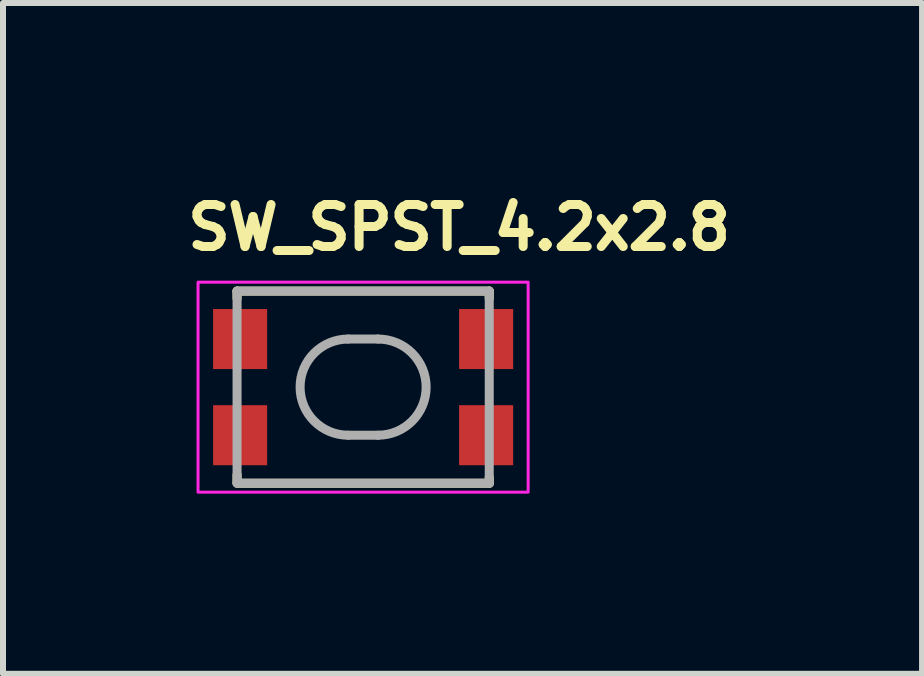
<source format=kicad_pcb>
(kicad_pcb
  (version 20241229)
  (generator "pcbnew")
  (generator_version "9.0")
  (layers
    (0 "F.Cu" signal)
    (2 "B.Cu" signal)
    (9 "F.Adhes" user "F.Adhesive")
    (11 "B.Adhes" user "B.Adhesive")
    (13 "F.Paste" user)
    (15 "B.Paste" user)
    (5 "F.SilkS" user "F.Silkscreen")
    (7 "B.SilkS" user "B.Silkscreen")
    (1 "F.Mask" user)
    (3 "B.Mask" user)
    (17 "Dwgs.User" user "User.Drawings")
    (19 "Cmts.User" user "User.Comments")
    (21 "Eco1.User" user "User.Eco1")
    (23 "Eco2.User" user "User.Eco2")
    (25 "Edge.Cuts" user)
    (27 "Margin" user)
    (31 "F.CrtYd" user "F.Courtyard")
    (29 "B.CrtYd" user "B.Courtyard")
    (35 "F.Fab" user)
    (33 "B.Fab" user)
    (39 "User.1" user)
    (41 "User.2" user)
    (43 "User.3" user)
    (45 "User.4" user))
  (footprint "SW_SPST_4.2x2.8"
    (layer "F.Cu")
    (at 3 3.4)
    (property "Reference" "SW_SPST_4.2x2.8" (at -3 -2.25 0) (layer "F.SilkS") (effects (font (size 0.7 0.7) (thickness 0.15)) (justify left bottom)))
    (attr smd)
    (fp_line (start -2.101 -1.601) (end -2.101 -1.48) (stroke (width 0.15) (type solid)) (layer "F.SilkS"))
    (fp_line (start -2.101 -1.601) (end 2.1 -1.601) (stroke (width 0.15) (type solid)) (layer "F.SilkS"))
    (fp_line (start -2.101 1.58) (end -2.101 1.459) (stroke (width 0.15) (type solid)) (layer "F.SilkS"))
    (fp_line (start -2.101 1.6) (end 2.1 1.6) (stroke (width 0.15) (type solid)) (layer "F.SilkS"))
    (fp_line (start 2.1 -1.601) (end 2.1 -1.48) (stroke (width 0.15) (type solid)) (layer "F.SilkS"))
    (fp_line (start 2.1 1.6) (end 2.1 1.499) (stroke (width 0.15) (type solid)) (layer "F.SilkS"))
    (fp_rect (start -2.751 -1.75) (end 2.748 1.749) (stroke (width 0.05) (type solid)) (fill no) (layer "F.CrtYd"))
    (fp_line (start -2.101 -1.601) (end -2.101 1.6) (stroke (width 0.15) (type solid)) (layer "F.Fab"))
    (fp_line (start -2.101 1.6) (end 2.1 1.6) (stroke (width 0.15) (type solid)) (layer "F.Fab"))
    (fp_line (start -0.25 -0.802) (end 0.248 -0.802) (stroke (width 0.15) (type solid)) (layer "F.Fab"))
    (fp_line (start 0.248 0.8) (end -0.25 0.8) (stroke (width 0.15) (type solid)) (layer "F.Fab"))
    (fp_line (start 2.1 -1.601) (end -2.101 -1.601) (stroke (width 0.15) (type solid)) (layer "F.Fab"))
    (fp_line (start 2.1 1.6) (end 2.1 -1.601) (stroke (width 0.15) (type solid)) (layer "F.Fab"))
    (fp_arc (start -0.25 0.8) (mid -1.051 0) (end -0.25 -0.802) (stroke (width 0.15) (type solid)) (layer "F.Fab"))
    (fp_arc (start 0.248 -0.802) (mid 1.05 0) (end 0.248 0.8) (stroke (width 0.15) (type solid)) (layer "F.Fab"))
    (fp_rect (start -2.301 -1.5) (end 2.298 1.499) (stroke (width 0.1) (type solid)) (fill no) (layer "User.5"))
    (fp_line (start -2.301 -1.101) (end -2.142 -1.101) (stroke (width 0.02) (type solid)) (layer "User.9"))
    (fp_line (start -2.301 -0.5) (end -2.301 -1.101) (stroke (width 0.02) (type solid)) (layer "User.9"))
    (fp_line (start -2.301 0.498) (end -2.142 0.498) (stroke (width 0.02) (type solid)) (layer "User.9"))
    (fp_line (start -2.301 1.1) (end -2.301 0.498) (stroke (width 0.02) (type solid)) (layer "User.9"))
    (fp_line (start -2.142 -1.391) (end -2.142 1.499) (stroke (width 0.02) (type solid)) (layer "User.9"))
    (fp_line (start -2.142 -1.391) (end -2.09 -1.391) (stroke (width 0.02) (type solid)) (layer "User.9"))
    (fp_line (start -2.142 -0.5) (end -2.301 -0.5) (stroke (width 0.02) (type solid)) (layer "User.9"))
    (fp_line (start -2.142 1.1) (end -2.301 1.1) (stroke (width 0.02) (type solid)) (layer "User.9"))
    (fp_line (start -2.142 1.499) (end -2.09 1.499) (stroke (width 0.02) (type solid)) (layer "User.9"))
    (fp_line (start -2.101 -0.428) (end -2.101 0.426) (stroke (width 0.02) (type solid)) (layer "User.9"))
    (fp_line (start -2.101 0.426) (end -1.99 0.426) (stroke (width 0.02) (type solid)) (layer "User.9"))
    (fp_line (start -2.09 -1.391) (end -2.09 -0.452) (stroke (width 0.02) (type solid)) (layer "User.9"))
    (fp_line (start -2.09 -1.391) (end -1.891 -1.391) (stroke (width 0.02) (type solid)) (layer "User.9"))
    (fp_line (start -2.09 -0.452) (end -1.891 -0.452) (stroke (width 0.02) (type solid)) (layer "User.9"))
    (fp_line (start -2.09 1.499) (end -2.09 0.45) (stroke (width 0.02) (type solid)) (layer "User.9"))
    (fp_line (start -2.09 1.499) (end -2.09 0.45) (stroke (width 0.02) (type solid)) (layer "User.9"))
    (fp_line (start -2.09 1.499) (end -1.891 1.499) (stroke (width 0.02) (type solid)) (layer "User.9"))
    (fp_line (start -2.086 -0.428) (end -2.086 -0.452) (stroke (width 0.02) (type solid)) (layer "User.9"))
    (fp_line (start -2.086 0.45) (end -2.086 0.426) (stroke (width 0.02) (type solid)) (layer "User.9"))
    (fp_line (start -1.99 -1.5) (end -1.99 -1.391) (stroke (width 0.02) (type solid)) (layer "User.9"))
    (fp_line (start -1.99 -0.452) (end -1.99 -0.428) (stroke (width 0.02) (type solid)) (layer "User.9"))
    (fp_line (start -1.99 0.426) (end -1.99 0.45) (stroke (width 0.02) (type solid)) (layer "User.9"))
    (fp_line (start -1.891 -1.5) (end -1.99 -1.5) (stroke (width 0.02) (type solid)) (layer "User.9"))
    (fp_line (start -1.891 -1.391) (end -0.691 -1.391) (stroke (width 0.02) (type solid)) (layer "User.9"))
    (fp_line (start -1.891 -0.452) (end -1.841 -0.452) (stroke (width 0.02) (type solid)) (layer "User.9"))
    (fp_line (start -1.891 -0.428) (end -2.101 -0.428) (stroke (width 0.02) (type solid)) (layer "User.9"))
    (fp_line (start -1.891 0.45) (end -2.09 0.45) (stroke (width 0.02) (type solid)) (layer "User.9"))
    (fp_line (start -1.891 1.499) (end -1.329 1.499) (stroke (width 0.02) (type solid)) (layer "User.9"))
    (fp_line (start -1.841 -0.452) (end -1.839 -0.451) (stroke (width 0.02) (type solid)) (layer "User.9"))
    (fp_line (start -1.841 0.45) (end -1.891 0.45) (stroke (width 0.02) (type solid)) (layer "User.9"))
    (fp_line (start -1.839 -0.451) (end -1.839 -0.451) (stroke (width 0.02) (type solid)) (layer "User.9"))
    (fp_line (start -1.839 -0.451) (end -1.837 -0.451) (stroke (width 0.02) (type solid)) (layer "User.9"))
    (fp_line (start -1.839 0.449) (end -1.841 0.45) (stroke (width 0.02) (type solid)) (layer "User.9"))
    (fp_line (start -1.839 0.449) (end -1.839 0.449) (stroke (width 0.02) (type solid)) (layer "User.9"))
    (fp_line (start -1.837 -0.451) (end -1.835 -0.451) (stroke (width 0.02) (type solid)) (layer "User.9"))
    (fp_line (start -1.837 0.449) (end -1.839 0.449) (stroke (width 0.02) (type solid)) (layer "User.9"))
    (fp_line (start -1.835 -0.451) (end -1.835 -0.451) (stroke (width 0.02) (type solid)) (layer "User.9"))
    (fp_line (start -1.835 -0.451) (end -1.833 -0.45) (stroke (width 0.02) (type solid)) (layer "User.9"))
    (fp_line (start -1.835 0.449) (end -1.837 0.449) (stroke (width 0.02) (type solid)) (layer "User.9"))
    (fp_line (start -1.835 0.449) (end -1.835 0.449) (stroke (width 0.02) (type solid)) (layer "User.9"))
    (fp_line (start -1.833 -0.45) (end -1.833 -0.45) (stroke (width 0.02) (type solid)) (layer "User.9"))
    (fp_line (start -1.833 -0.45) (end -1.831 -0.45) (stroke (width 0.02) (type solid)) (layer "User.9"))
    (fp_line (start -1.833 0.448) (end -1.835 0.449) (stroke (width 0.02) (type solid)) (layer "User.9"))
    (fp_line (start -1.833 0.448) (end -1.833 0.448) (stroke (width 0.02) (type solid)) (layer "User.9"))
    (fp_line (start -1.831 -0.45) (end -1.831 -0.448) (stroke (width 0.02) (type solid)) (layer "User.9"))
    (fp_line (start -1.831 -0.448) (end -1.829 -0.447) (stroke (width 0.02) (type solid)) (layer "User.9"))
    (fp_line (start -1.831 0.446) (end -1.831 0.448) (stroke (width 0.02) (type solid)) (layer "User.9"))
    (fp_line (start -1.831 0.448) (end -1.833 0.448) (stroke (width 0.02) (type solid)) (layer "User.9"))
    (fp_line (start -1.829 -0.447) (end -1.829 -0.447) (stroke (width 0.02) (type solid)) (layer "User.9"))
    (fp_line (start -1.829 -0.447) (end -1.827 -0.446) (stroke (width 0.02) (type solid)) (layer "User.9"))
    (fp_line (start -1.829 0.445) (end -1.831 0.446) (stroke (width 0.02) (type solid)) (layer "User.9"))
    (fp_line (start -1.829 0.445) (end -1.829 0.445) (stroke (width 0.02) (type solid)) (layer "User.9"))
    (fp_line (start -1.827 -0.446) (end -1.827 -0.446) (stroke (width 0.02) (type solid)) (layer "User.9"))
    (fp_line (start -1.827 -0.446) (end -1.825 -0.445) (stroke (width 0.02) (type solid)) (layer "User.9"))
    (fp_line (start -1.827 0.444) (end -1.829 0.445) (stroke (width 0.02) (type solid)) (layer "User.9"))
    (fp_line (start -1.827 0.444) (end -1.827 0.444) (stroke (width 0.02) (type solid)) (layer "User.9"))
    (fp_line (start -1.825 -0.445) (end -1.825 -0.444) (stroke (width 0.02) (type solid)) (layer "User.9"))
    (fp_line (start -1.825 -0.444) (end -1.823 -0.443) (stroke (width 0.02) (type solid)) (layer "User.9"))
    (fp_line (start -1.825 0.442) (end -1.825 0.443) (stroke (width 0.02) (type solid)) (layer "User.9"))
    (fp_line (start -1.825 0.443) (end -1.827 0.444) (stroke (width 0.02) (type solid)) (layer "User.9"))
    (fp_line (start -1.823 -0.443) (end -1.823 -0.442) (stroke (width 0.02) (type solid)) (layer "User.9"))
    (fp_line (start -1.823 -0.442) (end -1.821 -0.441) (stroke (width 0.02) (type solid)) (layer "User.9"))
    (fp_line (start -1.823 0.44) (end -1.823 0.441) (stroke (width 0.02) (type solid)) (layer "User.9"))
    (fp_line (start -1.823 0.441) (end -1.825 0.442) (stroke (width 0.02) (type solid)) (layer "User.9"))
    (fp_line (start -1.821 -0.441) (end -1.821 -0.44) (stroke (width 0.02) (type solid)) (layer "User.9"))
    (fp_line (start -1.821 -0.44) (end -1.821 -0.439) (stroke (width 0.02) (type solid)) (layer "User.9"))
    (fp_line (start -1.821 -0.439) (end -1.819 -0.438) (stroke (width 0.02) (type solid)) (layer "User.9"))
    (fp_line (start -1.821 0.437) (end -1.821 0.438) (stroke (width 0.02) (type solid)) (layer "User.9"))
    (fp_line (start -1.821 0.438) (end -1.821 0.439) (stroke (width 0.02) (type solid)) (layer "User.9"))
    (fp_line (start -1.821 0.439) (end -1.823 0.44) (stroke (width 0.02) (type solid)) (layer "User.9"))
    (fp_line (start -1.819 -0.438) (end -1.819 -0.437) (stroke (width 0.02) (type solid)) (layer "User.9"))
    (fp_line (start -1.819 -0.437) (end -1.819 -0.436) (stroke (width 0.02) (type solid)) (layer "User.9"))
    (fp_line (start -1.819 -0.436) (end -1.817 -0.435) (stroke (width 0.02) (type solid)) (layer "User.9"))
    (fp_line (start -1.819 0.434) (end -1.819 0.435) (stroke (width 0.02) (type solid)) (layer "User.9"))
    (fp_line (start -1.819 0.435) (end -1.819 0.436) (stroke (width 0.02) (type solid)) (layer "User.9"))
    (fp_line (start -1.819 0.436) (end -1.821 0.437) (stroke (width 0.02) (type solid)) (layer "User.9"))
    (fp_line (start -1.817 -0.435) (end -1.817 -0.434) (stroke (width 0.02) (type solid)) (layer "User.9"))
    (fp_line (start -1.817 -0.434) (end -1.817 -0.433) (stroke (width 0.02) (type solid)) (layer "User.9"))
    (fp_line (start -1.817 -0.433) (end -1.817 -0.432) (stroke (width 0.02) (type solid)) (layer "User.9"))
    (fp_line (start -1.817 -0.432) (end -1.817 -0.431) (stroke (width 0.02) (type solid)) (layer "User.9"))
    (fp_line (start -1.817 -0.431) (end -1.817 -0.429) (stroke (width 0.02) (type solid)) (layer "User.9"))
    (fp_line (start -1.817 -0.429) (end -1.817 -0.428) (stroke (width 0.02) (type solid)) (layer "User.9"))
    (fp_line (start -1.817 -0.428) (end -1.817 -0.427) (stroke (width 0.02) (type solid)) (layer "User.9"))
    (fp_line (start -1.817 -0.427) (end -1.815 -0.425) (stroke (width 0.02) (type solid)) (layer "User.9"))
    (fp_line (start -1.817 0.425) (end -1.817 0.426) (stroke (width 0.02) (type solid)) (layer "User.9"))
    (fp_line (start -1.817 0.426) (end -1.817 0.427) (stroke (width 0.02) (type solid)) (layer "User.9"))
    (fp_line (start -1.817 0.427) (end -1.817 0.429) (stroke (width 0.02) (type solid)) (layer "User.9"))
    (fp_line (start -1.817 0.429) (end -1.817 0.43) (stroke (width 0.02) (type solid)) (layer "User.9"))
    (fp_line (start -1.817 0.43) (end -1.817 0.431) (stroke (width 0.02) (type solid)) (layer "User.9"))
    (fp_line (start -1.817 0.431) (end -1.817 0.432) (stroke (width 0.02) (type solid)) (layer "User.9"))
    (fp_line (start -1.817 0.432) (end -1.817 0.433) (stroke (width 0.02) (type solid)) (layer "User.9"))
    (fp_line (start -1.817 0.433) (end -1.819 0.434) (stroke (width 0.02) (type solid)) (layer "User.9"))
    (fp_line (start -1.815 0.423) (end -1.817 0.425) (stroke (width 0.02) (type solid)) (layer "User.9"))
    (fp_line (start -1.815 0.423) (end -1.815 -0.425) (stroke (width 0.02) (type solid)) (layer "User.9"))
    (fp_line (start -1.327 1.499) (end -1.329 1.499) (stroke (width 0.02) (type solid)) (layer "User.9"))
    (fp_line (start -1.323 1.499) (end -1.327 1.499) (stroke (width 0.02) (type solid)) (layer "User.9"))
    (fp_line (start -1.319 1.499) (end -1.323 1.499) (stroke (width 0.02) (type solid)) (layer "User.9"))
    (fp_line (start -1.317 1.499) (end -1.319 1.499) (stroke (width 0.02) (type solid)) (layer "User.9"))
    (fp_line (start -1.313 1.497) (end -1.317 1.499) (stroke (width 0.02) (type solid)) (layer "User.9"))
    (fp_line (start -1.311 1.497) (end -1.313 1.497) (stroke (width 0.02) (type solid)) (layer "User.9"))
    (fp_line (start -1.307 1.497) (end -1.311 1.497) (stroke (width 0.02) (type solid)) (layer "User.9"))
    (fp_line (start -1.303 1.495) (end -1.307 1.497) (stroke (width 0.02) (type solid)) (layer "User.9"))
    (fp_line (start -1.301 1.495) (end -1.303 1.495) (stroke (width 0.02) (type solid)) (layer "User.9"))
    (fp_line (start -1.297 1.493) (end -1.301 1.495) (stroke (width 0.02) (type solid)) (layer "User.9"))
    (fp_line (start -1.295 1.493) (end -1.297 1.493) (stroke (width 0.02) (type solid)) (layer "User.9"))
    (fp_line (start -1.291 1.491) (end -1.295 1.493) (stroke (width 0.02) (type solid)) (layer "User.9"))
    (fp_line (start -1.289 1.491) (end -1.291 1.491) (stroke (width 0.02) (type solid)) (layer "User.9"))
    (fp_line (start -1.285 1.489) (end -1.289 1.491) (stroke (width 0.02) (type solid)) (layer "User.9"))
    (fp_line (start -1.283 1.487) (end -1.285 1.489) (stroke (width 0.02) (type solid)) (layer "User.9"))
    (fp_line (start -1.28 1.485) (end -1.283 1.487) (stroke (width 0.02) (type solid)) (layer "User.9"))
    (fp_line (start -1.278 1.483) (end -1.28 1.485) (stroke (width 0.02) (type solid)) (layer "User.9"))
    (fp_line (start -1.274 1.483) (end -1.278 1.483) (stroke (width 0.02) (type solid)) (layer "User.9"))
    (fp_line (start -1.272 1.481) (end -1.274 1.483) (stroke (width 0.02) (type solid)) (layer "User.9"))
    (fp_line (start -1.27 1.479) (end -1.272 1.481) (stroke (width 0.02) (type solid)) (layer "User.9"))
    (fp_line (start -1.266 1.477) (end -1.27 1.479) (stroke (width 0.02) (type solid)) (layer "User.9"))
    (fp_line (start -1.264 1.475) (end -1.266 1.477) (stroke (width 0.02) (type solid)) (layer "User.9"))
    (fp_line (start -1.262 1.473) (end -1.264 1.475) (stroke (width 0.02) (type solid)) (layer "User.9"))
    (fp_line (start -1.26 1.469) (end -1.262 1.473) (stroke (width 0.02) (type solid)) (layer "User.9"))
    (fp_line (start -1.256 1.467) (end -1.26 1.469) (stroke (width 0.02) (type solid)) (layer "User.9"))
    (fp_line (start -1.254 1.465) (end -1.256 1.467) (stroke (width 0.02) (type solid)) (layer "User.9"))
    (fp_line (start -1.252 1.463) (end -1.254 1.465) (stroke (width 0.02) (type solid)) (layer "User.9"))
    (fp_line (start -1.25 1.461) (end -1.252 1.463) (stroke (width 0.02) (type solid)) (layer "User.9"))
    (fp_line (start -1.248 1.457) (end -1.25 1.461) (stroke (width 0.02) (type solid)) (layer "User.9"))
    (fp_line (start -1.246 1.455) (end -1.248 1.457) (stroke (width 0.02) (type solid)) (layer "User.9"))
    (fp_line (start -1.244 1.449) (end -1.244 1.451) (stroke (width 0.02) (type solid)) (layer "User.9"))
    (fp_line (start -1.244 1.449) (end -1.2 1.376) (stroke (width 0.02) (type solid)) (layer "User.9"))
    (fp_line (start -1.244 1.451) (end -1.246 1.455) (stroke (width 0.02) (type solid)) (layer "User.9"))
    (fp_line (start -1.2 1.372) (end -1.198 1.37) (stroke (width 0.02) (type solid)) (layer "User.9"))
    (fp_line (start -1.2 1.376) (end -1.2 1.372) (stroke (width 0.02) (type solid)) (layer "User.9"))
    (fp_line (start -1.198 1.37) (end -1.196 1.368) (stroke (width 0.02) (type solid)) (layer "User.9"))
    (fp_line (start -1.196 1.368) (end -1.194 1.364) (stroke (width 0.02) (type solid)) (layer "User.9"))
    (fp_line (start -1.194 1.364) (end -1.192 1.362) (stroke (width 0.02) (type solid)) (layer "User.9"))
    (fp_line (start -1.192 1.362) (end -1.19 1.36) (stroke (width 0.02) (type solid)) (layer "User.9"))
    (fp_line (start -1.19 1.36) (end -1.188 1.358) (stroke (width 0.02) (type solid)) (layer "User.9"))
    (fp_line (start -1.188 1.358) (end -1.184 1.354) (stroke (width 0.02) (type solid)) (layer "User.9"))
    (fp_line (start -1.184 1.354) (end -1.182 1.352) (stroke (width 0.02) (type solid)) (layer "User.9"))
    (fp_line (start -1.182 1.352) (end -1.18 1.35) (stroke (width 0.02) (type solid)) (layer "User.9"))
    (fp_line (start -1.18 1.35) (end -1.178 1.348) (stroke (width 0.02) (type solid)) (layer "User.9"))
    (fp_line (start -1.178 1.348) (end -1.176 1.346) (stroke (width 0.02) (type solid)) (layer "User.9"))
    (fp_line (start -1.176 1.346) (end -1.172 1.344) (stroke (width 0.02) (type solid)) (layer "User.9"))
    (fp_line (start -1.172 1.344) (end -1.17 1.342) (stroke (width 0.02) (type solid)) (layer "User.9"))
    (fp_line (start -1.17 1.342) (end -1.168 1.34) (stroke (width 0.02) (type solid)) (layer "User.9"))
    (fp_line (start -1.168 1.34) (end -1.164 1.34) (stroke (width 0.02) (type solid)) (layer "User.9"))
    (fp_line (start -1.164 1.34) (end -1.162 1.338) (stroke (width 0.02) (type solid)) (layer "User.9"))
    (fp_line (start -1.162 1.338) (end -1.158 1.336) (stroke (width 0.02) (type solid)) (layer "User.9"))
    (fp_line (start -1.16 -0.554) (end -1.158 -0.568) (stroke (width 0.02) (type solid)) (layer "User.9"))
    (fp_line (start -1.16 -0.54) (end -1.16 -0.554) (stroke (width 0.02) (type solid)) (layer "User.9"))
    (fp_line (start -1.16 -0.525) (end -1.16 -0.54) (stroke (width 0.02) (type solid)) (layer "User.9"))
    (fp_line (start -1.16 0.523) (end -1.16 -0.525) (stroke (width 0.02) (type solid)) (layer "User.9"))
    (fp_line (start -1.16 0.538) (end -1.16 0.523) (stroke (width 0.02) (type solid)) (layer "User.9"))
    (fp_line (start -1.16 0.552) (end -1.16 0.538) (stroke (width 0.02) (type solid)) (layer "User.9"))
    (fp_line (start -1.158 -0.568) (end -1.156 -0.581) (stroke (width 0.02) (type solid)) (layer "User.9"))
    (fp_line (start -1.158 0.566) (end -1.16 0.552) (stroke (width 0.02) (type solid)) (layer "User.9"))
    (fp_line (start -1.158 1.336) (end -1.156 1.334) (stroke (width 0.02) (type solid)) (layer "User.9"))
    (fp_line (start -1.156 -0.581) (end -1.153 -0.595) (stroke (width 0.02) (type solid)) (layer "User.9"))
    (fp_line (start -1.156 0.579) (end -1.158 0.566) (stroke (width 0.02) (type solid)) (layer "User.9"))
    (fp_line (start -1.156 1.334) (end -1.153 1.334) (stroke (width 0.02) (type solid)) (layer "User.9"))
    (fp_line (start -1.153 -0.595) (end -1.149 -0.608) (stroke (width 0.02) (type solid)) (layer "User.9"))
    (fp_line (start -1.153 0.593) (end -1.156 0.579) (stroke (width 0.02) (type solid)) (layer "User.9"))
    (fp_line (start -1.153 1.334) (end -1.149 1.332) (stroke (width 0.02) (type solid)) (layer "User.9"))
    (fp_line (start -1.149 -0.608) (end -1.145 -0.622) (stroke (width 0.02) (type solid)) (layer "User.9"))
    (fp_line (start -1.149 0.606) (end -1.153 0.593) (stroke (width 0.02) (type solid)) (layer "User.9"))
    (fp_line (start -1.149 1.332) (end -1.147 1.332) (stroke (width 0.02) (type solid)) (layer "User.9"))
    (fp_line (start -1.147 1.332) (end -1.143 1.33) (stroke (width 0.02) (type solid)) (layer "User.9"))
    (fp_line (start -1.145 -0.622) (end -1.141 -0.635) (stroke (width 0.02) (type solid)) (layer "User.9"))
    (fp_line (start -1.145 0.62) (end -1.149 0.606) (stroke (width 0.02) (type solid)) (layer "User.9"))
    (fp_line (start -1.143 1.33) (end -1.141 1.33) (stroke (width 0.02) (type solid)) (layer "User.9"))
    (fp_line (start -1.141 -0.635) (end -1.135 -0.648) (stroke (width 0.02) (type solid)) (layer "User.9"))
    (fp_line (start -1.141 0.633) (end -1.145 0.62) (stroke (width 0.02) (type solid)) (layer "User.9"))
    (fp_line (start -1.141 1.33) (end -1.137 1.328) (stroke (width 0.02) (type solid)) (layer "User.9"))
    (fp_line (start -1.137 1.328) (end -1.135 1.328) (stroke (width 0.02) (type solid)) (layer "User.9"))
    (fp_line (start -1.135 -0.648) (end -1.129 -0.661) (stroke (width 0.02) (type solid)) (layer "User.9"))
    (fp_line (start -1.135 0.646) (end -1.141 0.633) (stroke (width 0.02) (type solid)) (layer "User.9"))
    (fp_line (start -1.135 1.328) (end -1.131 1.328) (stroke (width 0.02) (type solid)) (layer "User.9"))
    (fp_line (start -1.131 1.328) (end -1.127 1.326) (stroke (width 0.02) (type solid)) (layer "User.9"))
    (fp_line (start -1.129 -0.661) (end -1.123 -0.673) (stroke (width 0.02) (type solid)) (layer "User.9"))
    (fp_line (start -1.129 0.659) (end -1.135 0.646) (stroke (width 0.02) (type solid)) (layer "User.9"))
    (fp_line (start -1.127 1.326) (end -1.125 1.326) (stroke (width 0.02) (type solid)) (layer "User.9"))
    (fp_line (start -1.125 1.326) (end -1.121 1.326) (stroke (width 0.02) (type solid)) (layer "User.9"))
    (fp_line (start -1.123 -0.673) (end -1.115 -0.685) (stroke (width 0.02) (type solid)) (layer "User.9"))
    (fp_line (start -1.123 0.671) (end -1.129 0.659) (stroke (width 0.02) (type solid)) (layer "User.9"))
    (fp_line (start -1.121 1.326) (end -1.117 1.326) (stroke (width 0.02) (type solid)) (layer "User.9"))
    (fp_line (start -1.117 1.326) (end -1.115 1.326) (stroke (width 0.02) (type solid)) (layer "User.9"))
    (fp_line (start -1.115 -0.685) (end -1.107 -0.696) (stroke (width 0.02) (type solid)) (layer "User.9"))
    (fp_line (start -1.115 0.683) (end -1.123 0.671) (stroke (width 0.02) (type solid)) (layer "User.9"))
    (fp_line (start -1.115 1.326) (end -0.429 1.326) (stroke (width 0.02) (type solid)) (layer "User.9"))
    (fp_line (start -1.111 -0.558) (end -1.109 -0.57) (stroke (width 0.02) (type solid)) (layer "User.9"))
    (fp_line (start -1.111 -0.546) (end -1.111 -0.558) (stroke (width 0.02) (type solid)) (layer "User.9"))
    (fp_line (start -1.111 -0.534) (end -1.111 -0.546) (stroke (width 0.02) (type solid)) (layer "User.9"))
    (fp_line (start -1.111 0.515) (end -1.111 -0.534) (stroke (width 0.02) (type solid)) (layer "User.9"))
    (fp_line (start -1.111 0.527) (end -1.111 0.515) (stroke (width 0.02) (type solid)) (layer "User.9"))
    (fp_line (start -1.111 0.539) (end -1.111 0.527) (stroke (width 0.02) (type solid)) (layer "User.9"))
    (fp_line (start -1.109 -0.57) (end -1.107 -0.58) (stroke (width 0.02) (type solid)) (layer "User.9"))
    (fp_line (start -1.109 0.55) (end -1.111 0.539) (stroke (width 0.02) (type solid)) (layer "User.9"))
    (fp_line (start -1.107 -0.696) (end -1.099 -0.706) (stroke (width 0.02) (type solid)) (layer "User.9"))
    (fp_line (start -1.107 -0.58) (end -1.105 -0.592) (stroke (width 0.02) (type solid)) (layer "User.9"))
    (fp_line (start -1.107 0.562) (end -1.109 0.55) (stroke (width 0.02) (type solid)) (layer "User.9"))
    (fp_line (start -1.107 0.694) (end -1.115 0.683) (stroke (width 0.02) (type solid)) (layer "User.9"))
    (fp_line (start -1.105 -0.592) (end -1.101 -0.603) (stroke (width 0.02) (type solid)) (layer "User.9"))
    (fp_line (start -1.105 0.573) (end -1.107 0.562) (stroke (width 0.02) (type solid)) (layer "User.9"))
    (fp_line (start -1.101 -0.603) (end -1.099 -0.614) (stroke (width 0.02) (type solid)) (layer "User.9"))
    (fp_line (start -1.101 0.584) (end -1.105 0.573) (stroke (width 0.02) (type solid)) (layer "User.9"))
    (fp_line (start -1.099 -0.706) (end -1.091 -0.717) (stroke (width 0.02) (type solid)) (layer "User.9"))
    (fp_line (start -1.099 -0.614) (end -1.095 -0.625) (stroke (width 0.02) (type solid)) (layer "User.9"))
    (fp_line (start -1.099 0.595) (end -1.101 0.584) (stroke (width 0.02) (type solid)) (layer "User.9"))
    (fp_line (start -1.099 0.704) (end -1.107 0.694) (stroke (width 0.02) (type solid)) (layer "User.9"))
    (fp_line (start -1.095 -0.625) (end -1.089 -0.636) (stroke (width 0.02) (type solid)) (layer "User.9"))
    (fp_line (start -1.095 0.606) (end -1.099 0.595) (stroke (width 0.02) (type solid)) (layer "User.9"))
    (fp_line (start -1.091 -0.717) (end -1.083 -0.727) (stroke (width 0.02) (type solid)) (layer "User.9"))
    (fp_line (start -1.091 0.715) (end -1.099 0.704) (stroke (width 0.02) (type solid)) (layer "User.9"))
    (fp_line (start -1.089 -0.636) (end -1.085 -0.647) (stroke (width 0.02) (type solid)) (layer "User.9"))
    (fp_line (start -1.089 0.616) (end -1.095 0.606) (stroke (width 0.02) (type solid)) (layer "User.9"))
    (fp_line (start -1.085 -0.647) (end -1.079 -0.657) (stroke (width 0.02) (type solid)) (layer "User.9"))
    (fp_line (start -1.085 0.627) (end -1.089 0.616) (stroke (width 0.02) (type solid)) (layer "User.9"))
    (fp_line (start -1.083 -0.727) (end -1.073 -0.737) (stroke (width 0.02) (type solid)) (layer "User.9"))
    (fp_line (start -1.083 0.725) (end -1.091 0.715) (stroke (width 0.02) (type solid)) (layer "User.9"))
    (fp_line (start -1.079 -0.657) (end -1.073 -0.667) (stroke (width 0.02) (type solid)) (layer "User.9"))
    (fp_line (start -1.079 0.637) (end -1.085 0.627) (stroke (width 0.02) (type solid)) (layer "User.9"))
    (fp_line (start -1.073 -0.737) (end -1.063 -0.746) (stroke (width 0.02) (type solid)) (layer "User.9"))
    (fp_line (start -1.073 -0.667) (end -1.067 -0.676) (stroke (width 0.02) (type solid)) (layer "User.9"))
    (fp_line (start -1.073 0.647) (end -1.079 0.637) (stroke (width 0.02) (type solid)) (layer "User.9"))
    (fp_line (start -1.073 0.735) (end -1.083 0.725) (stroke (width 0.02) (type solid)) (layer "User.9"))
    (fp_line (start -1.067 -0.676) (end -1.061 -0.686) (stroke (width 0.02) (type solid)) (layer "User.9"))
    (fp_line (start -1.067 0.657) (end -1.073 0.647) (stroke (width 0.02) (type solid)) (layer "User.9"))
    (fp_line (start -1.063 -0.746) (end -1.053 -0.755) (stroke (width 0.02) (type solid)) (layer "User.9"))
    (fp_line (start -1.063 0.744) (end -1.073 0.735) (stroke (width 0.02) (type solid)) (layer "User.9"))
    (fp_line (start -1.061 -0.686) (end -1.053 -0.694) (stroke (width 0.02) (type solid)) (layer "User.9"))
    (fp_line (start -1.061 0.666) (end -1.067 0.657) (stroke (width 0.02) (type solid)) (layer "User.9"))
    (fp_line (start -1.053 -0.755) (end -1.041 -0.764) (stroke (width 0.02) (type solid)) (layer "User.9"))
    (fp_line (start -1.053 -0.694) (end -1.047 -0.703) (stroke (width 0.02) (type solid)) (layer "User.9"))
    (fp_line (start -1.053 0.675) (end -1.061 0.666) (stroke (width 0.02) (type solid)) (layer "User.9"))
    (fp_line (start -1.053 0.753) (end -1.063 0.744) (stroke (width 0.02) (type solid)) (layer "User.9"))
    (fp_line (start -1.047 -0.703) (end -1.039 -0.71) (stroke (width 0.02) (type solid)) (layer "User.9"))
    (fp_line (start -1.047 0.683) (end -1.053 0.675) (stroke (width 0.02) (type solid)) (layer "User.9"))
    (fp_line (start -1.041 -0.764) (end -1.031 -0.773) (stroke (width 0.02) (type solid)) (layer "User.9"))
    (fp_line (start -1.041 0.762) (end -1.053 0.753) (stroke (width 0.02) (type solid)) (layer "User.9"))
    (fp_line (start -1.039 -0.71) (end -1.029 -0.718) (stroke (width 0.02) (type solid)) (layer "User.9"))
    (fp_line (start -1.039 0.692) (end -1.047 0.683) (stroke (width 0.02) (type solid)) (layer "User.9"))
    (fp_line (start -1.031 -0.773) (end -1.02 -0.78) (stroke (width 0.02) (type solid)) (layer "User.9"))
    (fp_line (start -1.031 0.771) (end -1.041 0.762) (stroke (width 0.02) (type solid)) (layer "User.9"))
    (fp_line (start -1.029 -0.718) (end -1.022 -0.725) (stroke (width 0.02) (type solid)) (layer "User.9"))
    (fp_line (start -1.029 0.7) (end -1.039 0.692) (stroke (width 0.02) (type solid)) (layer "User.9"))
    (fp_line (start -1.022 -0.725) (end -1.012 -0.732) (stroke (width 0.02) (type solid)) (layer "User.9"))
    (fp_line (start -1.022 0.706) (end -1.029 0.7) (stroke (width 0.02) (type solid)) (layer "User.9"))
    (fp_line (start -1.02 -0.78) (end -1.008 -0.787) (stroke (width 0.02) (type solid)) (layer "User.9"))
    (fp_line (start -1.02 0.778) (end -1.031 0.771) (stroke (width 0.02) (type solid)) (layer "User.9"))
    (fp_line (start -1.012 -0.732) (end -1.004 -0.739) (stroke (width 0.02) (type solid)) (layer "User.9"))
    (fp_line (start -1.012 0.713) (end -1.022 0.706) (stroke (width 0.02) (type solid)) (layer "User.9"))
    (fp_line (start -1.008 -0.787) (end -0.995 -0.794) (stroke (width 0.02) (type solid)) (layer "User.9"))
    (fp_line (start -1.008 0.785) (end -1.02 0.778) (stroke (width 0.02) (type solid)) (layer "User.9"))
    (fp_line (start -1.004 -0.739) (end -0.993 -0.745) (stroke (width 0.02) (type solid)) (layer "User.9"))
    (fp_line (start -1.004 0.72) (end -1.012 0.713) (stroke (width 0.02) (type solid)) (layer "User.9"))
    (fp_line (start -0.995 -0.794) (end -0.982 -0.8) (stroke (width 0.02) (type solid)) (layer "User.9"))
    (fp_line (start -0.995 0.792) (end -1.008 0.785) (stroke (width 0.02) (type solid)) (layer "User.9"))
    (fp_line (start -0.993 -0.745) (end -0.983 -0.751) (stroke (width 0.02) (type solid)) (layer "User.9"))
    (fp_line (start -0.993 0.726) (end -1.004 0.72) (stroke (width 0.02) (type solid)) (layer "User.9"))
    (fp_line (start -0.983 -0.751) (end -0.973 -0.757) (stroke (width 0.02) (type solid)) (layer "User.9"))
    (fp_line (start -0.983 0.732) (end -0.993 0.726) (stroke (width 0.02) (type solid)) (layer "User.9"))
    (fp_line (start -0.982 -0.8) (end -0.969 -0.805) (stroke (width 0.02) (type solid)) (layer "User.9"))
    (fp_line (start -0.982 0.798) (end -0.995 0.792) (stroke (width 0.02) (type solid)) (layer "User.9"))
    (fp_line (start -0.973 -0.757) (end -0.963 -0.762) (stroke (width 0.02) (type solid)) (layer "User.9"))
    (fp_line (start -0.973 0.737) (end -0.983 0.732) (stroke (width 0.02) (type solid)) (layer "User.9"))
    (fp_line (start -0.969 -0.805) (end -0.957 -0.81) (stroke (width 0.02) (type solid)) (layer "User.9"))
    (fp_line (start -0.969 0.803) (end -0.982 0.798) (stroke (width 0.02) (type solid)) (layer "User.9"))
    (fp_line (start -0.963 -0.762) (end -0.953 -0.766) (stroke (width 0.02) (type solid)) (layer "User.9"))
    (fp_line (start -0.963 0.742) (end -0.973 0.737) (stroke (width 0.02) (type solid)) (layer "User.9"))
    (fp_line (start -0.957 -0.81) (end -0.944 -0.814) (stroke (width 0.02) (type solid)) (layer "User.9"))
    (fp_line (start -0.957 0.808) (end -0.969 0.803) (stroke (width 0.02) (type solid)) (layer "User.9"))
    (fp_line (start -0.953 -0.766) (end -0.942 -0.771) (stroke (width 0.02) (type solid)) (layer "User.9"))
    (fp_line (start -0.953 0.747) (end -0.963 0.742) (stroke (width 0.02) (type solid)) (layer "User.9"))
    (fp_line (start -0.944 -0.814) (end -0.93 -0.817) (stroke (width 0.02) (type solid)) (layer "User.9"))
    (fp_line (start -0.944 0.812) (end -0.957 0.808) (stroke (width 0.02) (type solid)) (layer "User.9"))
    (fp_line (start -0.942 -0.771) (end -0.931 -0.774) (stroke (width 0.02) (type solid)) (layer "User.9"))
    (fp_line (start -0.942 0.751) (end -0.953 0.747) (stroke (width 0.02) (type solid)) (layer "User.9"))
    (fp_line (start -0.931 -0.774) (end -0.92 -0.777) (stroke (width 0.02) (type solid)) (layer "User.9"))
    (fp_line (start -0.931 0.754) (end -0.942 0.751) (stroke (width 0.02) (type solid)) (layer "User.9"))
    (fp_line (start -0.93 -0.817) (end -0.916 -0.82) (stroke (width 0.02) (type solid)) (layer "User.9"))
    (fp_line (start -0.93 0.815) (end -0.944 0.812) (stroke (width 0.02) (type solid)) (layer "User.9"))
    (fp_line (start -0.92 -0.777) (end -0.908 -0.78) (stroke (width 0.02) (type solid)) (layer "User.9"))
    (fp_line (start -0.92 0.757) (end -0.931 0.754) (stroke (width 0.02) (type solid)) (layer "User.9"))
    (fp_line (start -0.916 -0.82) (end -0.902 -0.823) (stroke (width 0.02) (type solid)) (layer "User.9"))
    (fp_line (start -0.916 0.818) (end -0.93 0.815) (stroke (width 0.02) (type solid)) (layer "User.9"))
    (fp_line (start -0.908 -0.78) (end -0.895 -0.782) (stroke (width 0.02) (type solid)) (layer "User.9"))
    (fp_line (start -0.908 0.759) (end -0.92 0.757) (stroke (width 0.02) (type solid)) (layer "User.9"))
    (fp_line (start -0.902 -0.823) (end -0.887 -0.824) (stroke (width 0.02) (type solid)) (layer "User.9"))
    (fp_line (start -0.902 0.821) (end -0.916 0.818) (stroke (width 0.02) (type solid)) (layer "User.9"))
    (fp_line (start -0.895 -0.782) (end -0.883 -0.783) (stroke (width 0.02) (type solid)) (layer "User.9"))
    (fp_line (start -0.895 0.761) (end -0.908 0.759) (stroke (width 0.02) (type solid)) (layer "User.9"))
    (fp_line (start -0.887 -0.824) (end -0.027 -0.899) (stroke (width 0.02) (type solid)) (layer "User.9"))
    (fp_line (start -0.887 0.822) (end -0.902 0.821) (stroke (width 0.02) (type solid)) (layer "User.9"))
    (fp_line (start -0.883 -0.783) (end -0.023 -0.857) (stroke (width 0.02) (type solid)) (layer "User.9"))
    (fp_line (start -0.883 0.763) (end -0.895 0.761) (stroke (width 0.02) (type solid)) (layer "User.9"))
    (fp_line (start -0.701 -1.5) (end -1.891 -1.5) (stroke (width 0.02) (type solid)) (layer "User.9"))
    (fp_line (start -0.701 -1.391) (end -0.701 -1.5) (stroke (width 0.02) (type solid)) (layer "User.9"))
    (fp_line (start -0.691 -1.391) (end -0.49 -1.391) (stroke (width 0.02) (type solid)) (layer "User.9"))
    (fp_line (start -0.691 -1.315) (end -0.691 -1.391) (stroke (width 0.02) (type solid)) (layer "User.9"))
    (fp_line (start -0.691 -1.311) (end -0.691 -1.315) (stroke (width 0.02) (type solid)) (layer "User.9"))
    (fp_line (start -0.691 -1.307) (end -0.691 -1.311) (stroke (width 0.02) (type solid)) (layer "User.9"))
    (fp_line (start -0.691 -1.303) (end -0.691 -1.307) (stroke (width 0.02) (type solid)) (layer "User.9"))
    (fp_line (start -0.69 -1.297) (end -0.691 -1.303) (stroke (width 0.02) (type solid)) (layer "User.9"))
    (fp_line (start -0.689 -1.293) (end -0.69 -1.297) (stroke (width 0.02) (type solid)) (layer "User.9"))
    (fp_line (start -0.688 -1.289) (end -0.689 -1.293) (stroke (width 0.02) (type solid)) (layer "User.9"))
    (fp_line (start -0.686 -1.285) (end -0.688 -1.289) (stroke (width 0.02) (type solid)) (layer "User.9"))
    (fp_line (start -0.685 -1.28) (end -0.686 -1.285) (stroke (width 0.02) (type solid)) (layer "User.9"))
    (fp_line (start -0.683 -1.276) (end -0.685 -1.28) (stroke (width 0.02) (type solid)) (layer "User.9"))
    (fp_line (start -0.681 -1.272) (end -0.683 -1.276) (stroke (width 0.02) (type solid)) (layer "User.9"))
    (fp_line (start -0.679 -1.268) (end -0.681 -1.272) (stroke (width 0.02) (type solid)) (layer "User.9"))
    (fp_line (start -0.677 -1.264) (end -0.679 -1.268) (stroke (width 0.02) (type solid)) (layer "User.9"))
    (fp_line (start -0.675 -1.26) (end -0.677 -1.264) (stroke (width 0.02) (type solid)) (layer "User.9"))
    (fp_line (start -0.672 -1.256) (end -0.675 -1.26) (stroke (width 0.02) (type solid)) (layer "User.9"))
    (fp_line (start -0.669 -1.254) (end -0.672 -1.256) (stroke (width 0.02) (type solid)) (layer "User.9"))
    (fp_line (start -0.667 -1.25) (end -0.669 -1.254) (stroke (width 0.02) (type solid)) (layer "User.9"))
    (fp_line (start -0.664 -1.246) (end -0.667 -1.25) (stroke (width 0.02) (type solid)) (layer "User.9"))
    (fp_line (start -0.66 -1.244) (end -0.664 -1.246) (stroke (width 0.02) (type solid)) (layer "User.9"))
    (fp_line (start -0.657 -1.24) (end -0.66 -1.244) (stroke (width 0.02) (type solid)) (layer "User.9"))
    (fp_line (start -0.654 -1.238) (end -0.657 -1.24) (stroke (width 0.02) (type solid)) (layer "User.9"))
    (fp_line (start -0.65 -1.236) (end -0.654 -1.238) (stroke (width 0.02) (type solid)) (layer "User.9"))
    (fp_line (start -0.647 -1.232) (end -0.65 -1.236) (stroke (width 0.02) (type solid)) (layer "User.9"))
    (fp_line (start -0.643 -1.23) (end -0.647 -1.232) (stroke (width 0.02) (type solid)) (layer "User.9"))
    (fp_line (start -0.638 -1.228) (end -0.643 -1.23) (stroke (width 0.02) (type solid)) (layer "User.9"))
    (fp_line (start -0.634 -1.226) (end -0.638 -1.228) (stroke (width 0.02) (type solid)) (layer "User.9"))
    (fp_line (start -0.63 -1.224) (end -0.634 -1.226) (stroke (width 0.02) (type solid)) (layer "User.9"))
    (fp_line (start -0.626 -1.222) (end -0.63 -1.224) (stroke (width 0.02) (type solid)) (layer "User.9"))
    (fp_line (start -0.621 -1.22) (end -0.626 -1.222) (stroke (width 0.02) (type solid)) (layer "User.9"))
    (fp_line (start -0.617 -1.22) (end -0.621 -1.22) (stroke (width 0.02) (type solid)) (layer "User.9"))
    (fp_line (start -0.612 -1.218) (end -0.617 -1.22) (stroke (width 0.02) (type solid)) (layer "User.9"))
    (fp_line (start -0.608 -1.218) (end -0.612 -1.218) (stroke (width 0.02) (type solid)) (layer "User.9"))
    (fp_line (start -0.603 -1.216) (end -0.608 -1.218) (stroke (width 0.02) (type solid)) (layer "User.9"))
    (fp_line (start -0.603 -1.216) (end -0.603 -1.216) (stroke (width 0.02) (type solid)) (layer "User.9"))
    (fp_line (start -0.598 -1.216) (end -0.603 -1.216) (stroke (width 0.02) (type solid)) (layer "User.9"))
    (fp_line (start -0.594 -1.216) (end -0.598 -1.216) (stroke (width 0.02) (type solid)) (layer "User.9"))
    (fp_line (start -0.589 -1.216) (end -0.594 -1.216) (stroke (width 0.02) (type solid)) (layer "User.9"))
    (fp_line (start -0.585 -1.216) (end -0.589 -1.216) (stroke (width 0.02) (type solid)) (layer "User.9"))
    (fp_line (start -0.58 -1.216) (end -0.585 -1.216) (stroke (width 0.02) (type solid)) (layer "User.9"))
    (fp_line (start -0.577 -1.218) (end -0.58 -1.216) (stroke (width 0.02) (type solid)) (layer "User.9"))
    (fp_line (start -0.572 -1.218) (end -0.577 -1.218) (stroke (width 0.02) (type solid)) (layer "User.9"))
    (fp_line (start -0.568 -1.218) (end -0.572 -1.218) (stroke (width 0.02) (type solid)) (layer "User.9"))
    (fp_line (start -0.563 -1.22) (end -0.568 -1.218) (stroke (width 0.02) (type solid)) (layer "User.9"))
    (fp_line (start -0.559 -1.222) (end -0.563 -1.22) (stroke (width 0.02) (type solid)) (layer "User.9"))
    (fp_line (start -0.555 -1.222) (end -0.559 -1.222) (stroke (width 0.02) (type solid)) (layer "User.9"))
    (fp_line (start -0.551 -1.224) (end -0.555 -1.222) (stroke (width 0.02) (type solid)) (layer "User.9"))
    (fp_line (start -0.547 -1.226) (end -0.551 -1.224) (stroke (width 0.02) (type solid)) (layer "User.9"))
    (fp_line (start -0.543 -1.228) (end -0.547 -1.226) (stroke (width 0.02) (type solid)) (layer "User.9"))
    (fp_line (start -0.539 -1.23) (end -0.543 -1.228) (stroke (width 0.02) (type solid)) (layer "User.9"))
    (fp_line (start -0.535 -1.234) (end -0.539 -1.23) (stroke (width 0.02) (type solid)) (layer "User.9"))
    (fp_line (start -0.532 -1.236) (end -0.535 -1.234) (stroke (width 0.02) (type solid)) (layer "User.9"))
    (fp_line (start -0.528 -1.238) (end -0.532 -1.236) (stroke (width 0.02) (type solid)) (layer "User.9"))
    (fp_line (start -0.525 -1.242) (end -0.528 -1.238) (stroke (width 0.02) (type solid)) (layer "User.9"))
    (fp_line (start -0.522 -1.244) (end -0.525 -1.242) (stroke (width 0.02) (type solid)) (layer "User.9"))
    (fp_line (start -0.519 -1.248) (end -0.522 -1.244) (stroke (width 0.02) (type solid)) (layer "User.9"))
    (fp_line (start -0.516 -1.25) (end -0.519 -1.248) (stroke (width 0.02) (type solid)) (layer "User.9"))
    (fp_line (start -0.512 -1.254) (end -0.516 -1.25) (stroke (width 0.02) (type solid)) (layer "User.9"))
    (fp_line (start -0.509 -1.258) (end -0.512 -1.254) (stroke (width 0.02) (type solid)) (layer "User.9"))
    (fp_line (start -0.507 -1.262) (end -0.509 -1.258) (stroke (width 0.02) (type solid)) (layer "User.9"))
    (fp_line (start -0.504 -1.266) (end -0.507 -1.262) (stroke (width 0.02) (type solid)) (layer "User.9"))
    (fp_line (start -0.502 -1.27) (end -0.504 -1.266) (stroke (width 0.02) (type solid)) (layer "User.9"))
    (fp_line (start -0.5 -1.274) (end -0.502 -1.27) (stroke (width 0.02) (type solid)) (layer "User.9"))
    (fp_line (start -0.498 -1.278) (end -0.5 -1.274) (stroke (width 0.02) (type solid)) (layer "User.9"))
    (fp_line (start -0.496 -1.283) (end -0.498 -1.278) (stroke (width 0.02) (type solid)) (layer "User.9"))
    (fp_line (start -0.495 -1.287) (end -0.496 -1.283) (stroke (width 0.02) (type solid)) (layer "User.9"))
    (fp_line (start -0.494 -1.291) (end -0.495 -1.287) (stroke (width 0.02) (type solid)) (layer "User.9"))
    (fp_line (start -0.49 -1.49) (end -0.49 -1.315) (stroke (width 0.02) (type solid)) (layer "User.9"))
    (fp_line (start -0.49 -1.315) (end -0.494 -1.291) (stroke (width 0.02) (type solid)) (layer "User.9"))
    (fp_line (start -0.49 -1.315) (end -0.494 -1.291) (stroke (width 0.02) (type solid)) (layer "User.9"))
    (fp_line (start -0.429 1.326) (end -0.423 1.326) (stroke (width 0.02) (type solid)) (layer "User.9"))
    (fp_line (start -0.423 1.326) (end -0.417 1.326) (stroke (width 0.02) (type solid)) (layer "User.9"))
    (fp_line (start -0.417 1.326) (end -0.411 1.328) (stroke (width 0.02) (type solid)) (layer "User.9"))
    (fp_line (start -0.411 1.328) (end -0.404 1.33) (stroke (width 0.02) (type solid)) (layer "User.9"))
    (fp_line (start -0.404 1.33) (end -0.398 1.332) (stroke (width 0.02) (type solid)) (layer "User.9"))
    (fp_line (start -0.398 1.332) (end -0.392 1.334) (stroke (width 0.02) (type solid)) (layer "User.9"))
    (fp_line (start -0.392 1.334) (end -0.386 1.336) (stroke (width 0.02) (type solid)) (layer "User.9"))
    (fp_line (start -0.386 1.336) (end -0.379 1.34) (stroke (width 0.02) (type solid)) (layer "User.9"))
    (fp_line (start -0.379 1.34) (end -0.374 1.342) (stroke (width 0.02) (type solid)) (layer "User.9"))
    (fp_line (start -0.374 1.342) (end -0.369 1.346) (stroke (width 0.02) (type solid)) (layer "User.9"))
    (fp_line (start -0.369 1.346) (end -0.364 1.35) (stroke (width 0.02) (type solid)) (layer "User.9"))
    (fp_line (start -0.364 1.35) (end -0.359 1.354) (stroke (width 0.02) (type solid)) (layer "User.9"))
    (fp_line (start -0.359 1.354) (end -0.354 1.36) (stroke (width 0.02) (type solid)) (layer "User.9"))
    (fp_line (start -0.354 1.36) (end -0.351 1.364) (stroke (width 0.02) (type solid)) (layer "User.9"))
    (fp_line (start -0.351 1.364) (end -0.347 1.37) (stroke (width 0.02) (type solid)) (layer "User.9"))
    (fp_line (start -0.347 1.37) (end -0.344 1.376) (stroke (width 0.02) (type solid)) (layer "User.9"))
    (fp_line (start -0.344 1.376) (end -0.3 1.449) (stroke (width 0.02) (type solid)) (layer "User.9"))
    (fp_line (start -0.297 1.455) (end -0.3 1.449) (stroke (width 0.02) (type solid)) (layer "User.9"))
    (fp_line (start -0.293 1.461) (end -0.297 1.455) (stroke (width 0.02) (type solid)) (layer "User.9"))
    (fp_line (start -0.289 1.465) (end -0.293 1.461) (stroke (width 0.02) (type solid)) (layer "User.9"))
    (fp_line (start -0.285 1.469) (end -0.289 1.465) (stroke (width 0.02) (type solid)) (layer "User.9"))
    (fp_line (start -0.281 1.475) (end -0.285 1.469) (stroke (width 0.02) (type solid)) (layer "User.9"))
    (fp_line (start -0.276 1.479) (end -0.281 1.475) (stroke (width 0.02) (type solid)) (layer "User.9"))
    (fp_line (start -0.27 1.483) (end -0.276 1.479) (stroke (width 0.02) (type solid)) (layer "User.9"))
    (fp_line (start -0.265 1.485) (end -0.27 1.483) (stroke (width 0.02) (type solid)) (layer "User.9"))
    (fp_line (start -0.259 1.489) (end -0.265 1.485) (stroke (width 0.02) (type solid)) (layer "User.9"))
    (fp_line (start -0.252 1.491) (end -0.259 1.489) (stroke (width 0.02) (type solid)) (layer "User.9"))
    (fp_line (start -0.246 1.493) (end -0.252 1.491) (stroke (width 0.02) (type solid)) (layer "User.9"))
    (fp_line (start -0.24 1.495) (end -0.246 1.493) (stroke (width 0.02) (type solid)) (layer "User.9"))
    (fp_line (start -0.235 1.497) (end -0.24 1.495) (stroke (width 0.02) (type solid)) (layer "User.9"))
    (fp_line (start -0.228 1.499) (end -0.235 1.497) (stroke (width 0.02) (type solid)) (layer "User.9"))
    (fp_line (start -0.221 1.499) (end -0.228 1.499) (stroke (width 0.02) (type solid)) (layer "User.9"))
    (fp_line (start -0.214 1.499) (end -0.221 1.499) (stroke (width 0.02) (type solid)) (layer "User.9"))
    (fp_line (start -0.214 1.499) (end 0.212 1.499) (stroke (width 0.02) (type solid)) (layer "User.9"))
    (fp_line (start -0.027 -0.899) (end -0.02 -0.9) (stroke (width 0.02) (type solid)) (layer "User.9"))
    (fp_line (start -0.027 0.897) (end -0.887 0.822) (stroke (width 0.02) (type solid)) (layer "User.9"))
    (fp_line (start -0.023 -0.857) (end -0.019 -0.858) (stroke (width 0.02) (type solid)) (layer "User.9"))
    (fp_line (start -0.023 0.838) (end -0.883 0.763) (stroke (width 0.02) (type solid)) (layer "User.9"))
    (fp_line (start -0.02 -0.9) (end -0.014 -0.9) (stroke (width 0.02) (type solid)) (layer "User.9"))
    (fp_line (start -0.02 0.898) (end -0.027 0.897) (stroke (width 0.02) (type solid)) (layer "User.9"))
    (fp_line (start -0.019 -0.858) (end -0.012 -0.858) (stroke (width 0.02) (type solid)) (layer "User.9"))
    (fp_line (start -0.019 0.838) (end -0.023 0.838) (stroke (width 0.02) (type solid)) (layer "User.9"))
    (fp_line (start -0.014 -0.9) (end -0.007 -0.9) (stroke (width 0.02) (type solid)) (layer "User.9"))
    (fp_line (start -0.014 0.898) (end -0.02 0.898) (stroke (width 0.02) (type solid)) (layer "User.9"))
    (fp_line (start -0.012 -0.858) (end -0.007 -0.858) (stroke (width 0.02) (type solid)) (layer "User.9"))
    (fp_line (start -0.012 0.839) (end -0.019 0.838) (stroke (width 0.02) (type solid)) (layer "User.9"))
    (fp_line (start -0.007 -0.9) (end 0 -0.901) (stroke (width 0.02) (type solid)) (layer "User.9"))
    (fp_line (start -0.007 -0.858) (end -0.001 -0.858) (stroke (width 0.02) (type solid)) (layer "User.9"))
    (fp_line (start -0.007 0.839) (end -0.012 0.839) (stroke (width 0.02) (type solid)) (layer "User.9"))
    (fp_line (start -0.007 0.898) (end -0.014 0.898) (stroke (width 0.02) (type solid)) (layer "User.9"))
    (fp_line (start -0.001 -0.858) (end 0.004 -0.858) (stroke (width 0.02) (type solid)) (layer "User.9"))
    (fp_line (start -0.001 0.839) (end -0.007 0.839) (stroke (width 0.02) (type solid)) (layer "User.9"))
    (fp_line (start 0 -0.901) (end 0.006 -0.9) (stroke (width 0.02) (type solid)) (layer "User.9"))
    (fp_line (start 0 0.899) (end -0.007 0.898) (stroke (width 0.02) (type solid)) (layer "User.9"))
    (fp_line (start 0.004 -0.858) (end 0.01 -0.858) (stroke (width 0.02) (type solid)) (layer "User.9"))
    (fp_line (start 0.004 0.839) (end -0.001 0.839) (stroke (width 0.02) (type solid)) (layer "User.9"))
    (fp_line (start 0.006 -0.9) (end 0.013 -0.9) (stroke (width 0.02) (type solid)) (layer "User.9"))
    (fp_line (start 0.006 0.898) (end 0 0.899) (stroke (width 0.02) (type solid)) (layer "User.9"))
    (fp_line (start 0.01 -0.858) (end 0.014 -0.858) (stroke (width 0.02) (type solid)) (layer "User.9"))
    (fp_line (start 0.01 0.839) (end 0.004 0.839) (stroke (width 0.02) (type solid)) (layer "User.9"))
    (fp_line (start 0.013 -0.9) (end 0.018 -0.9) (stroke (width 0.02) (type solid)) (layer "User.9"))
    (fp_line (start 0.013 0.898) (end 0.006 0.898) (stroke (width 0.02) (type solid)) (layer "User.9"))
    (fp_line (start 0.014 -0.858) (end 0.021 -0.857) (stroke (width 0.02) (type solid)) (layer "User.9"))
    (fp_line (start 0.014 0.838) (end 0.01 0.839) (stroke (width 0.02) (type solid)) (layer "User.9"))
    (fp_line (start 0.018 -0.9) (end 0.026 -0.899) (stroke (width 0.02) (type solid)) (layer "User.9"))
    (fp_line (start 0.018 0.898) (end 0.013 0.898) (stroke (width 0.02) (type solid)) (layer "User.9"))
    (fp_line (start 0.021 -0.857) (end 0.88 -0.783) (stroke (width 0.02) (type solid)) (layer "User.9"))
    (fp_line (start 0.021 0.838) (end 0.014 0.838) (stroke (width 0.02) (type solid)) (layer "User.9"))
    (fp_line (start 0.026 -0.899) (end 0.885 -0.824) (stroke (width 0.02) (type solid)) (layer "User.9"))
    (fp_line (start 0.026 0.897) (end 0.018 0.898) (stroke (width 0.02) (type solid)) (layer "User.9"))
    (fp_line (start 0.215 1.499) (end 0.212 1.499) (stroke (width 0.02) (type solid)) (layer "User.9"))
    (fp_line (start 0.219 1.499) (end 0.215 1.499) (stroke (width 0.02) (type solid)) (layer "User.9"))
    (fp_line (start 0.222 1.499) (end 0.219 1.499) (stroke (width 0.02) (type solid)) (layer "User.9"))
    (fp_line (start 0.226 1.499) (end 0.222 1.499) (stroke (width 0.02) (type solid)) (layer "User.9"))
    (fp_line (start 0.229 1.497) (end 0.226 1.499) (stroke (width 0.02) (type solid)) (layer "User.9"))
    (fp_line (start 0.233 1.497) (end 0.229 1.497) (stroke (width 0.02) (type solid)) (layer "User.9"))
    (fp_line (start 0.236 1.497) (end 0.233 1.497) (stroke (width 0.02) (type solid)) (layer "User.9"))
    (fp_line (start 0.239 1.495) (end 0.236 1.497) (stroke (width 0.02) (type solid)) (layer "User.9"))
    (fp_line (start 0.241 1.495) (end 0.239 1.495) (stroke (width 0.02) (type solid)) (layer "User.9"))
    (fp_line (start 0.244 1.493) (end 0.241 1.495) (stroke (width 0.02) (type solid)) (layer "User.9"))
    (fp_line (start 0.247 1.493) (end 0.244 1.493) (stroke (width 0.02) (type solid)) (layer "User.9"))
    (fp_line (start 0.25 1.491) (end 0.247 1.493) (stroke (width 0.02) (type solid)) (layer "User.9"))
    (fp_line (start 0.253 1.491) (end 0.25 1.491) (stroke (width 0.02) (type solid)) (layer "User.9"))
    (fp_line (start 0.257 1.489) (end 0.253 1.491) (stroke (width 0.02) (type solid)) (layer "User.9"))
    (fp_line (start 0.26 1.487) (end 0.257 1.489) (stroke (width 0.02) (type solid)) (layer "User.9"))
    (fp_line (start 0.263 1.485) (end 0.26 1.487) (stroke (width 0.02) (type solid)) (layer "User.9"))
    (fp_line (start 0.266 1.483) (end 0.263 1.485) (stroke (width 0.02) (type solid)) (layer "User.9"))
    (fp_line (start 0.268 1.483) (end 0.266 1.483) (stroke (width 0.02) (type solid)) (layer "User.9"))
    (fp_line (start 0.271 1.481) (end 0.268 1.483) (stroke (width 0.02) (type solid)) (layer "User.9"))
    (fp_line (start 0.274 1.479) (end 0.271 1.481) (stroke (width 0.02) (type solid)) (layer "User.9"))
    (fp_line (start 0.276 1.477) (end 0.274 1.479) (stroke (width 0.02) (type solid)) (layer "User.9"))
    (fp_line (start 0.279 1.475) (end 0.276 1.477) (stroke (width 0.02) (type solid)) (layer "User.9"))
    (fp_line (start 0.281 1.473) (end 0.279 1.475) (stroke (width 0.02) (type solid)) (layer "User.9"))
    (fp_line (start 0.283 1.469) (end 0.281 1.473) (stroke (width 0.02) (type solid)) (layer "User.9"))
    (fp_line (start 0.286 1.467) (end 0.283 1.469) (stroke (width 0.02) (type solid)) (layer "User.9"))
    (fp_line (start 0.288 1.465) (end 0.286 1.467) (stroke (width 0.02) (type solid)) (layer "User.9"))
    (fp_line (start 0.289 1.463) (end 0.288 1.465) (stroke (width 0.02) (type solid)) (layer "User.9"))
    (fp_line (start 0.291 1.461) (end 0.289 1.463) (stroke (width 0.02) (type solid)) (layer "User.9"))
    (fp_line (start 0.293 1.457) (end 0.291 1.461) (stroke (width 0.02) (type solid)) (layer "User.9"))
    (fp_line (start 0.295 1.455) (end 0.293 1.457) (stroke (width 0.02) (type solid)) (layer "User.9"))
    (fp_line (start 0.297 1.451) (end 0.295 1.455) (stroke (width 0.02) (type solid)) (layer "User.9"))
    (fp_line (start 0.298 1.449) (end 0.297 1.451) (stroke (width 0.02) (type solid)) (layer "User.9"))
    (fp_line (start 0.298 1.449) (end 0.342 1.376) (stroke (width 0.02) (type solid)) (layer "User.9"))
    (fp_line (start 0.342 1.376) (end 0.343 1.372) (stroke (width 0.02) (type solid)) (layer "User.9"))
    (fp_line (start 0.343 1.372) (end 0.345 1.37) (stroke (width 0.02) (type solid)) (layer "User.9"))
    (fp_line (start 0.345 1.37) (end 0.347 1.368) (stroke (width 0.02) (type solid)) (layer "User.9"))
    (fp_line (start 0.347 1.368) (end 0.349 1.364) (stroke (width 0.02) (type solid)) (layer "User.9"))
    (fp_line (start 0.349 1.364) (end 0.351 1.362) (stroke (width 0.02) (type solid)) (layer "User.9"))
    (fp_line (start 0.351 1.362) (end 0.352 1.36) (stroke (width 0.02) (type solid)) (layer "User.9"))
    (fp_line (start 0.352 1.36) (end 0.354 1.358) (stroke (width 0.02) (type solid)) (layer "User.9"))
    (fp_line (start 0.354 1.358) (end 0.357 1.354) (stroke (width 0.02) (type solid)) (layer "User.9"))
    (fp_line (start 0.357 1.354) (end 0.359 1.352) (stroke (width 0.02) (type solid)) (layer "User.9"))
    (fp_line (start 0.359 1.352) (end 0.362 1.35) (stroke (width 0.02) (type solid)) (layer "User.9"))
    (fp_line (start 0.362 1.35) (end 0.364 1.348) (stroke (width 0.02) (type solid)) (layer "User.9"))
    (fp_line (start 0.364 1.348) (end 0.367 1.346) (stroke (width 0.02) (type solid)) (layer "User.9"))
    (fp_line (start 0.367 1.346) (end 0.369 1.344) (stroke (width 0.02) (type solid)) (layer "User.9"))
    (fp_line (start 0.369 1.344) (end 0.372 1.342) (stroke (width 0.02) (type solid)) (layer "User.9"))
    (fp_line (start 0.372 1.342) (end 0.375 1.34) (stroke (width 0.02) (type solid)) (layer "User.9"))
    (fp_line (start 0.375 1.34) (end 0.377 1.34) (stroke (width 0.02) (type solid)) (layer "User.9"))
    (fp_line (start 0.377 1.34) (end 0.38 1.338) (stroke (width 0.02) (type solid)) (layer "User.9"))
    (fp_line (start 0.38 1.338) (end 0.384 1.336) (stroke (width 0.02) (type solid)) (layer "User.9"))
    (fp_line (start 0.384 1.336) (end 0.387 1.334) (stroke (width 0.02) (type solid)) (layer "User.9"))
    (fp_line (start 0.387 1.334) (end 0.39 1.334) (stroke (width 0.02) (type solid)) (layer "User.9"))
    (fp_line (start 0.39 1.334) (end 0.393 1.332) (stroke (width 0.02) (type solid)) (layer "User.9"))
    (fp_line (start 0.393 1.332) (end 0.396 1.332) (stroke (width 0.02) (type solid)) (layer "User.9"))
    (fp_line (start 0.396 1.332) (end 0.399 1.33) (stroke (width 0.02) (type solid)) (layer "User.9"))
    (fp_line (start 0.399 1.33) (end 0.402 1.33) (stroke (width 0.02) (type solid)) (layer "User.9"))
    (fp_line (start 0.402 1.33) (end 0.405 1.328) (stroke (width 0.02) (type solid)) (layer "User.9"))
    (fp_line (start 0.405 1.328) (end 0.409 1.328) (stroke (width 0.02) (type solid)) (layer "User.9"))
    (fp_line (start 0.409 1.328) (end 0.412 1.328) (stroke (width 0.02) (type solid)) (layer "User.9"))
    (fp_line (start 0.412 1.328) (end 0.415 1.326) (stroke (width 0.02) (type solid)) (layer "User.9"))
    (fp_line (start 0.415 1.326) (end 0.417 1.326) (stroke (width 0.02) (type solid)) (layer "User.9"))
    (fp_line (start 0.417 1.326) (end 0.421 1.326) (stroke (width 0.02) (type solid)) (layer "User.9"))
    (fp_line (start 0.421 1.326) (end 0.424 1.326) (stroke (width 0.02) (type solid)) (layer "User.9"))
    (fp_line (start 0.424 1.326) (end 0.427 1.326) (stroke (width 0.02) (type solid)) (layer "User.9"))
    (fp_line (start 0.427 1.326) (end 1.112 1.326) (stroke (width 0.02) (type solid)) (layer "User.9"))
    (fp_line (start 0.488 -1.49) (end -0.49 -1.49) (stroke (width 0.02) (type solid)) (layer "User.9"))
    (fp_line (start 0.488 -1.49) (end 0.488 -1.315) (stroke (width 0.02) (type solid)) (layer "User.9"))
    (fp_line (start 0.488 -1.391) (end 0.689 -1.391) (stroke (width 0.02) (type solid)) (layer "User.9"))
    (fp_line (start 0.488 -1.315) (end 0.492 -1.291) (stroke (width 0.02) (type solid)) (layer "User.9"))
    (fp_line (start 0.492 -1.291) (end 0.488 -1.315) (stroke (width 0.02) (type solid)) (layer "User.9"))
    (fp_line (start 0.492 -1.291) (end 0.493 -1.287) (stroke (width 0.02) (type solid)) (layer "User.9"))
    (fp_line (start 0.493 -1.287) (end 0.494 -1.283) (stroke (width 0.02) (type solid)) (layer "User.9"))
    (fp_line (start 0.494 -1.283) (end 0.496 -1.278) (stroke (width 0.02) (type solid)) (layer "User.9"))
    (fp_line (start 0.496 -1.278) (end 0.498 -1.274) (stroke (width 0.02) (type solid)) (layer "User.9"))
    (fp_line (start 0.498 -1.274) (end 0.5 -1.27) (stroke (width 0.02) (type solid)) (layer "User.9"))
    (fp_line (start 0.5 -1.27) (end 0.502 -1.266) (stroke (width 0.02) (type solid)) (layer "User.9"))
    (fp_line (start 0.502 -1.266) (end 0.505 -1.262) (stroke (width 0.02) (type solid)) (layer "User.9"))
    (fp_line (start 0.505 -1.262) (end 0.507 -1.258) (stroke (width 0.02) (type solid)) (layer "User.9"))
    (fp_line (start 0.507 -1.258) (end 0.51 -1.254) (stroke (width 0.02) (type solid)) (layer "User.9"))
    (fp_line (start 0.51 -1.254) (end 0.514 -1.25) (stroke (width 0.02) (type solid)) (layer "User.9"))
    (fp_line (start 0.514 -1.25) (end 0.517 -1.248) (stroke (width 0.02) (type solid)) (layer "User.9"))
    (fp_line (start 0.517 -1.248) (end 0.52 -1.244) (stroke (width 0.02) (type solid)) (layer "User.9"))
    (fp_line (start 0.52 -1.244) (end 0.523 -1.242) (stroke (width 0.02) (type solid)) (layer "User.9"))
    (fp_line (start 0.523 -1.242) (end 0.526 -1.238) (stroke (width 0.02) (type solid)) (layer "User.9"))
    (fp_line (start 0.526 -1.238) (end 0.53 -1.236) (stroke (width 0.02) (type solid)) (layer "User.9"))
    (fp_line (start 0.53 -1.236) (end 0.533 -1.234) (stroke (width 0.02) (type solid)) (layer "User.9"))
    (fp_line (start 0.533 -1.234) (end 0.537 -1.23) (stroke (width 0.02) (type solid)) (layer "User.9"))
    (fp_line (start 0.537 -1.23) (end 0.541 -1.228) (stroke (width 0.02) (type solid)) (layer "User.9"))
    (fp_line (start 0.541 -1.228) (end 0.545 -1.226) (stroke (width 0.02) (type solid)) (layer "User.9"))
    (fp_line (start 0.545 -1.226) (end 0.549 -1.224) (stroke (width 0.02) (type solid)) (layer "User.9"))
    (fp_line (start 0.549 -1.224) (end 0.553 -1.222) (stroke (width 0.02) (type solid)) (layer "User.9"))
    (fp_line (start 0.553 -1.222) (end 0.557 -1.222) (stroke (width 0.02) (type solid)) (layer "User.9"))
    (fp_line (start 0.557 -1.222) (end 0.561 -1.22) (stroke (width 0.02) (type solid)) (layer "User.9"))
    (fp_line (start 0.561 -1.22) (end 0.566 -1.218) (stroke (width 0.02) (type solid)) (layer "User.9"))
    (fp_line (start 0.566 -1.218) (end 0.57 -1.218) (stroke (width 0.02) (type solid)) (layer "User.9"))
    (fp_line (start 0.57 -1.218) (end 0.575 -1.218) (stroke (width 0.02) (type solid)) (layer "User.9"))
    (fp_line (start 0.575 -1.218) (end 0.578 -1.216) (stroke (width 0.02) (type solid)) (layer "User.9"))
    (fp_line (start 0.578 -1.216) (end 0.583 -1.216) (stroke (width 0.02) (type solid)) (layer "User.9"))
    (fp_line (start 0.583 -1.216) (end 0.587 -1.216) (stroke (width 0.02) (type solid)) (layer "User.9"))
    (fp_line (start 0.587 -1.216) (end 0.592 -1.216) (stroke (width 0.02) (type solid)) (layer "User.9"))
    (fp_line (start 0.592 -1.216) (end 0.596 -1.216) (stroke (width 0.02) (type solid)) (layer "User.9"))
    (fp_line (start 0.596 -1.216) (end 0.601 -1.216) (stroke (width 0.02) (type solid)) (layer "User.9"))
    (fp_line (start 0.601 -1.216) (end 0.601 -1.216) (stroke (width 0.02) (type solid)) (layer "User.9"))
    (fp_line (start 0.601 -1.216) (end 0.606 -1.218) (stroke (width 0.02) (type solid)) (layer "User.9"))
    (fp_line (start 0.606 -1.218) (end 0.61 -1.218) (stroke (width 0.02) (type solid)) (layer "User.9"))
    (fp_line (start 0.61 -1.218) (end 0.615 -1.22) (stroke (width 0.02) (type solid)) (layer "User.9"))
    (fp_line (start 0.615 -1.22) (end 0.619 -1.22) (stroke (width 0.02) (type solid)) (layer "User.9"))
    (fp_line (start 0.619 -1.22) (end 0.624 -1.222) (stroke (width 0.02) (type solid)) (layer "User.9"))
    (fp_line (start 0.624 -1.222) (end 0.628 -1.224) (stroke (width 0.02) (type solid)) (layer "User.9"))
    (fp_line (start 0.628 -1.224) (end 0.632 -1.226) (stroke (width 0.02) (type solid)) (layer "User.9"))
    (fp_line (start 0.632 -1.226) (end 0.636 -1.228) (stroke (width 0.02) (type solid)) (layer "User.9"))
    (fp_line (start 0.636 -1.228) (end 0.641 -1.23) (stroke (width 0.02) (type solid)) (layer "User.9"))
    (fp_line (start 0.641 -1.23) (end 0.645 -1.232) (stroke (width 0.02) (type solid)) (layer "User.9"))
    (fp_line (start 0.645 -1.232) (end 0.648 -1.236) (stroke (width 0.02) (type solid)) (layer "User.9"))
    (fp_line (start 0.648 -1.236) (end 0.652 -1.238) (stroke (width 0.02) (type solid)) (layer "User.9"))
    (fp_line (start 0.652 -1.238) (end 0.655 -1.24) (stroke (width 0.02) (type solid)) (layer "User.9"))
    (fp_line (start 0.655 -1.24) (end 0.658 -1.244) (stroke (width 0.02) (type solid)) (layer "User.9"))
    (fp_line (start 0.658 -1.244) (end 0.662 -1.246) (stroke (width 0.02) (type solid)) (layer "User.9"))
    (fp_line (start 0.662 -1.246) (end 0.665 -1.25) (stroke (width 0.02) (type solid)) (layer "User.9"))
    (fp_line (start 0.665 -1.25) (end 0.667 -1.254) (stroke (width 0.02) (type solid)) (layer "User.9"))
    (fp_line (start 0.667 -1.254) (end 0.67 -1.256) (stroke (width 0.02) (type solid)) (layer "User.9"))
    (fp_line (start 0.67 -1.256) (end 0.673 -1.26) (stroke (width 0.02) (type solid)) (layer "User.9"))
    (fp_line (start 0.673 -1.26) (end 0.675 -1.264) (stroke (width 0.02) (type solid)) (layer "User.9"))
    (fp_line (start 0.675 -1.264) (end 0.677 -1.268) (stroke (width 0.02) (type solid)) (layer "User.9"))
    (fp_line (start 0.677 -1.268) (end 0.679 -1.272) (stroke (width 0.02) (type solid)) (layer "User.9"))
    (fp_line (start 0.679 -1.272) (end 0.681 -1.276) (stroke (width 0.02) (type solid)) (layer "User.9"))
    (fp_line (start 0.681 -1.276) (end 0.683 -1.28) (stroke (width 0.02) (type solid)) (layer "User.9"))
    (fp_line (start 0.683 -1.28) (end 0.684 -1.285) (stroke (width 0.02) (type solid)) (layer "User.9"))
    (fp_line (start 0.684 -1.285) (end 0.686 -1.289) (stroke (width 0.02) (type solid)) (layer "User.9"))
    (fp_line (start 0.686 -1.289) (end 0.687 -1.293) (stroke (width 0.02) (type solid)) (layer "User.9"))
    (fp_line (start 0.687 -1.293) (end 0.688 -1.297) (stroke (width 0.02) (type solid)) (layer "User.9"))
    (fp_line (start 0.688 -1.297) (end 0.689 -1.303) (stroke (width 0.02) (type solid)) (layer "User.9"))
    (fp_line (start 0.689 -1.315) (end 0.689 -1.391) (stroke (width 0.02) (type solid)) (layer "User.9"))
    (fp_line (start 0.689 -1.311) (end 0.689 -1.315) (stroke (width 0.02) (type solid)) (layer "User.9"))
    (fp_line (start 0.689 -1.307) (end 0.689 -1.311) (stroke (width 0.02) (type solid)) (layer "User.9"))
    (fp_line (start 0.689 -1.303) (end 0.689 -1.307) (stroke (width 0.02) (type solid)) (layer "User.9"))
    (fp_line (start 0.699 -1.5) (end 0.699 -1.391) (stroke (width 0.02) (type solid)) (layer "User.9"))
    (fp_line (start 0.699 -1.5) (end 1.888 -1.5) (stroke (width 0.02) (type solid)) (layer "User.9"))
    (fp_line (start 0.88 -0.783) (end 0.892 -0.782) (stroke (width 0.02) (type solid)) (layer "User.9"))
    (fp_line (start 0.88 0.763) (end 0.021 0.838) (stroke (width 0.02) (type solid)) (layer "User.9"))
    (fp_line (start 0.885 -0.824) (end 0.9 -0.823) (stroke (width 0.02) (type solid)) (layer "User.9"))
    (fp_line (start 0.885 0.822) (end 0.026 0.897) (stroke (width 0.02) (type solid)) (layer "User.9"))
    (fp_line (start 0.892 -0.782) (end 0.904 -0.78) (stroke (width 0.02) (type solid)) (layer "User.9"))
    (fp_line (start 0.892 0.761) (end 0.88 0.763) (stroke (width 0.02) (type solid)) (layer "User.9"))
    (fp_line (start 0.9 -0.823) (end 0.914 -0.82) (stroke (width 0.02) (type solid)) (layer "User.9"))
    (fp_line (start 0.9 0.821) (end 0.885 0.822) (stroke (width 0.02) (type solid)) (layer "User.9"))
    (fp_line (start 0.904 -0.78) (end 0.916 -0.777) (stroke (width 0.02) (type solid)) (layer "User.9"))
    (fp_line (start 0.904 0.759) (end 0.892 0.761) (stroke (width 0.02) (type solid)) (layer "User.9"))
    (fp_line (start 0.914 -0.82) (end 0.928 -0.817) (stroke (width 0.02) (type solid)) (layer "User.9"))
    (fp_line (start 0.914 0.818) (end 0.9 0.821) (stroke (width 0.02) (type solid)) (layer "User.9"))
    (fp_line (start 0.916 -0.777) (end 0.927 -0.774) (stroke (width 0.02) (type solid)) (layer "User.9"))
    (fp_line (start 0.916 0.757) (end 0.904 0.759) (stroke (width 0.02) (type solid)) (layer "User.9"))
    (fp_line (start 0.927 -0.774) (end 0.939 -0.771) (stroke (width 0.02) (type solid)) (layer "User.9"))
    (fp_line (start 0.927 0.754) (end 0.916 0.757) (stroke (width 0.02) (type solid)) (layer "User.9"))
    (fp_line (start 0.928 -0.817) (end 0.942 -0.814) (stroke (width 0.02) (type solid)) (layer "User.9"))
    (fp_line (start 0.928 0.815) (end 0.914 0.818) (stroke (width 0.02) (type solid)) (layer "User.9"))
    (fp_line (start 0.939 -0.771) (end 0.95 -0.766) (stroke (width 0.02) (type solid)) (layer "User.9"))
    (fp_line (start 0.939 0.751) (end 0.927 0.754) (stroke (width 0.02) (type solid)) (layer "User.9"))
    (fp_line (start 0.942 -0.814) (end 0.955 -0.81) (stroke (width 0.02) (type solid)) (layer "User.9"))
    (fp_line (start 0.942 0.812) (end 0.928 0.815) (stroke (width 0.02) (type solid)) (layer "User.9"))
    (fp_line (start 0.95 -0.766) (end 0.959 -0.762) (stroke (width 0.02) (type solid)) (layer "User.9"))
    (fp_line (start 0.95 0.747) (end 0.939 0.751) (stroke (width 0.02) (type solid)) (layer "User.9"))
    (fp_line (start 0.955 -0.81) (end 0.967 -0.805) (stroke (width 0.02) (type solid)) (layer "User.9"))
    (fp_line (start 0.955 0.808) (end 0.942 0.812) (stroke (width 0.02) (type solid)) (layer "User.9"))
    (fp_line (start 0.959 -0.762) (end 0.97 -0.757) (stroke (width 0.02) (type solid)) (layer "User.9"))
    (fp_line (start 0.959 0.742) (end 0.95 0.747) (stroke (width 0.02) (type solid)) (layer "User.9"))
    (fp_line (start 0.967 -0.805) (end 0.98 -0.8) (stroke (width 0.02) (type solid)) (layer "User.9"))
    (fp_line (start 0.967 0.803) (end 0.955 0.808) (stroke (width 0.02) (type solid)) (layer "User.9"))
    (fp_line (start 0.97 -0.757) (end 0.98 -0.751) (stroke (width 0.02) (type solid)) (layer "User.9"))
    (fp_line (start 0.97 0.737) (end 0.959 0.742) (stroke (width 0.02) (type solid)) (layer "User.9"))
    (fp_line (start 0.98 -0.8) (end 0.993 -0.794) (stroke (width 0.02) (type solid)) (layer "User.9"))
    (fp_line (start 0.98 -0.751) (end 0.99 -0.745) (stroke (width 0.02) (type solid)) (layer "User.9"))
    (fp_line (start 0.98 0.732) (end 0.97 0.737) (stroke (width 0.02) (type solid)) (layer "User.9"))
    (fp_line (start 0.98 0.798) (end 0.967 0.803) (stroke (width 0.02) (type solid)) (layer "User.9"))
    (fp_line (start 0.99 -0.745) (end 0.999 -0.739) (stroke (width 0.02) (type solid)) (layer "User.9"))
    (fp_line (start 0.99 0.726) (end 0.98 0.732) (stroke (width 0.02) (type solid)) (layer "User.9"))
    (fp_line (start 0.993 -0.794) (end 1.005 -0.787) (stroke (width 0.02) (type solid)) (layer "User.9"))
    (fp_line (start 0.993 0.792) (end 0.98 0.798) (stroke (width 0.02) (type solid)) (layer "User.9"))
    (fp_line (start 0.999 -0.739) (end 1.009 -0.732) (stroke (width 0.02) (type solid)) (layer "User.9"))
    (fp_line (start 0.999 0.72) (end 0.99 0.726) (stroke (width 0.02) (type solid)) (layer "User.9"))
    (fp_line (start 1.005 -0.787) (end 1.017 -0.78) (stroke (width 0.02) (type solid)) (layer "User.9"))
    (fp_line (start 1.005 0.785) (end 0.993 0.792) (stroke (width 0.02) (type solid)) (layer "User.9"))
    (fp_line (start 1.009 -0.732) (end 1.017 -0.725) (stroke (width 0.02) (type solid)) (layer "User.9"))
    (fp_line (start 1.009 0.713) (end 0.999 0.72) (stroke (width 0.02) (type solid)) (layer "User.9"))
    (fp_line (start 1.017 -0.78) (end 1.028 -0.773) (stroke (width 0.02) (type solid)) (layer "User.9"))
    (fp_line (start 1.017 -0.725) (end 1.026 -0.718) (stroke (width 0.02) (type solid)) (layer "User.9"))
    (fp_line (start 1.017 0.706) (end 1.009 0.713) (stroke (width 0.02) (type solid)) (layer "User.9"))
    (fp_line (start 1.017 0.778) (end 1.005 0.785) (stroke (width 0.02) (type solid)) (layer "User.9"))
    (fp_line (start 1.026 -0.718) (end 1.034 -0.71) (stroke (width 0.02) (type solid)) (layer "User.9"))
    (fp_line (start 1.026 0.7) (end 1.017 0.706) (stroke (width 0.02) (type solid)) (layer "User.9"))
    (fp_line (start 1.028 -0.773) (end 1.04 -0.764) (stroke (width 0.02) (type solid)) (layer "User.9"))
    (fp_line (start 1.028 0.771) (end 1.017 0.778) (stroke (width 0.02) (type solid)) (layer "User.9"))
    (fp_line (start 1.034 -0.71) (end 1.042 -0.703) (stroke (width 0.02) (type solid)) (layer "User.9"))
    (fp_line (start 1.034 0.692) (end 1.026 0.7) (stroke (width 0.02) (type solid)) (layer "User.9"))
    (fp_line (start 1.04 -0.764) (end 1.05 -0.755) (stroke (width 0.02) (type solid)) (layer "User.9"))
    (fp_line (start 1.04 0.762) (end 1.028 0.771) (stroke (width 0.02) (type solid)) (layer "User.9"))
    (fp_line (start 1.042 -0.703) (end 1.05 -0.694) (stroke (width 0.02) (type solid)) (layer "User.9"))
    (fp_line (start 1.042 0.683) (end 1.034 0.692) (stroke (width 0.02) (type solid)) (layer "User.9"))
    (fp_line (start 1.05 -0.755) (end 1.06 -0.746) (stroke (width 0.02) (type solid)) (layer "User.9"))
    (fp_line (start 1.05 -0.694) (end 1.058 -0.686) (stroke (width 0.02) (type solid)) (layer "User.9"))
    (fp_line (start 1.05 0.675) (end 1.042 0.683) (stroke (width 0.02) (type solid)) (layer "User.9"))
    (fp_line (start 1.05 0.753) (end 1.04 0.762) (stroke (width 0.02) (type solid)) (layer "User.9"))
    (fp_line (start 1.058 -0.686) (end 1.064 -0.676) (stroke (width 0.02) (type solid)) (layer "User.9"))
    (fp_line (start 1.058 0.666) (end 1.05 0.675) (stroke (width 0.02) (type solid)) (layer "User.9"))
    (fp_line (start 1.06 -0.746) (end 1.07 -0.737) (stroke (width 0.02) (type solid)) (layer "User.9"))
    (fp_line (start 1.06 0.744) (end 1.05 0.753) (stroke (width 0.02) (type solid)) (layer "User.9"))
    (fp_line (start 1.064 -0.676) (end 1.07 -0.667) (stroke (width 0.02) (type solid)) (layer "User.9"))
    (fp_line (start 1.064 0.657) (end 1.058 0.666) (stroke (width 0.02) (type solid)) (layer "User.9"))
    (fp_line (start 1.07 -0.737) (end 1.08 -0.727) (stroke (width 0.02) (type solid)) (layer "User.9"))
    (fp_line (start 1.07 -0.667) (end 1.076 -0.657) (stroke (width 0.02) (type solid)) (layer "User.9"))
    (fp_line (start 1.07 0.647) (end 1.064 0.657) (stroke (width 0.02) (type solid)) (layer "User.9"))
    (fp_line (start 1.07 0.735) (end 1.06 0.744) (stroke (width 0.02) (type solid)) (layer "User.9"))
    (fp_line (start 1.076 -0.657) (end 1.082 -0.647) (stroke (width 0.02) (type solid)) (layer "User.9"))
    (fp_line (start 1.076 0.637) (end 1.07 0.647) (stroke (width 0.02) (type solid)) (layer "User.9"))
    (fp_line (start 1.08 -0.727) (end 1.09 -0.717) (stroke (width 0.02) (type solid)) (layer "User.9"))
    (fp_line (start 1.08 0.725) (end 1.07 0.735) (stroke (width 0.02) (type solid)) (layer "User.9"))
    (fp_line (start 1.082 -0.647) (end 1.086 -0.636) (stroke (width 0.02) (type solid)) (layer "User.9"))
    (fp_line (start 1.082 0.627) (end 1.076 0.637) (stroke (width 0.02) (type solid)) (layer "User.9"))
    (fp_line (start 1.086 -0.636) (end 1.09 -0.625) (stroke (width 0.02) (type solid)) (layer "User.9"))
    (fp_line (start 1.086 0.616) (end 1.082 0.627) (stroke (width 0.02) (type solid)) (layer "User.9"))
    (fp_line (start 1.09 -0.717) (end 1.098 -0.706) (stroke (width 0.02) (type solid)) (layer "User.9"))
    (fp_line (start 1.09 -0.625) (end 1.094 -0.614) (stroke (width 0.02) (type solid)) (layer "User.9"))
    (fp_line (start 1.09 0.606) (end 1.086 0.616) (stroke (width 0.02) (type solid)) (layer "User.9"))
    (fp_line (start 1.09 0.715) (end 1.08 0.725) (stroke (width 0.02) (type solid)) (layer "User.9"))
    (fp_line (start 1.094 -0.614) (end 1.098 -0.603) (stroke (width 0.02) (type solid)) (layer "User.9"))
    (fp_line (start 1.094 0.595) (end 1.09 0.606) (stroke (width 0.02) (type solid)) (layer "User.9"))
    (fp_line (start 1.098 -0.706) (end 1.106 -0.696) (stroke (width 0.02) (type solid)) (layer "User.9"))
    (fp_line (start 1.098 -0.603) (end 1.102 -0.592) (stroke (width 0.02) (type solid)) (layer "User.9"))
    (fp_line (start 1.098 0.584) (end 1.094 0.595) (stroke (width 0.02) (type solid)) (layer "User.9"))
    (fp_line (start 1.098 0.704) (end 1.09 0.715) (stroke (width 0.02) (type solid)) (layer "User.9"))
    (fp_line (start 1.102 -0.592) (end 1.104 -0.58) (stroke (width 0.02) (type solid)) (layer "User.9"))
    (fp_line (start 1.102 0.573) (end 1.098 0.584) (stroke (width 0.02) (type solid)) (layer "User.9"))
    (fp_line (start 1.104 -0.58) (end 1.106 -0.57) (stroke (width 0.02) (type solid)) (layer "User.9"))
    (fp_line (start 1.104 0.562) (end 1.102 0.573) (stroke (width 0.02) (type solid)) (layer "User.9"))
    (fp_line (start 1.106 -0.696) (end 1.114 -0.685) (stroke (width 0.02) (type solid)) (layer "User.9"))
    (fp_line (start 1.106 -0.57) (end 1.108 -0.558) (stroke (width 0.02) (type solid)) (layer "User.9"))
    (fp_line (start 1.106 0.55) (end 1.104 0.562) (stroke (width 0.02) (type solid)) (layer "User.9"))
    (fp_line (start 1.106 0.694) (end 1.098 0.704) (stroke (width 0.02) (type solid)) (layer "User.9"))
    (fp_line (start 1.108 -0.558) (end 1.108 -0.546) (stroke (width 0.02) (type solid)) (layer "User.9"))
    (fp_line (start 1.108 -0.546) (end 1.108 -0.534) (stroke (width 0.02) (type solid)) (layer "User.9"))
    (fp_line (start 1.108 -0.534) (end 1.108 0.515) (stroke (width 0.02) (type solid)) (layer "User.9"))
    (fp_line (start 1.108 0.515) (end 1.108 0.527) (stroke (width 0.02) (type solid)) (layer "User.9"))
    (fp_line (start 1.108 0.527) (end 1.108 0.539) (stroke (width 0.02) (type solid)) (layer "User.9"))
    (fp_line (start 1.108 0.539) (end 1.106 0.55) (stroke (width 0.02) (type solid)) (layer "User.9"))
    (fp_line (start 1.112 1.326) (end 1.12 1.326) (stroke (width 0.02) (type solid)) (layer "User.9"))
    (fp_line (start 1.114 -0.685) (end 1.12 -0.673) (stroke (width 0.02) (type solid)) (layer "User.9"))
    (fp_line (start 1.114 0.683) (end 1.106 0.694) (stroke (width 0.02) (type solid)) (layer "User.9"))
    (fp_line (start 1.12 -0.673) (end 1.126 -0.661) (stroke (width 0.02) (type solid)) (layer "User.9"))
    (fp_line (start 1.12 0.671) (end 1.114 0.683) (stroke (width 0.02) (type solid)) (layer "User.9"))
    (fp_line (start 1.12 1.326) (end 1.126 1.326) (stroke (width 0.02) (type solid)) (layer "User.9"))
    (fp_line (start 1.126 -0.661) (end 1.132 -0.648) (stroke (width 0.02) (type solid)) (layer "User.9"))
    (fp_line (start 1.126 0.659) (end 1.12 0.671) (stroke (width 0.02) (type solid)) (layer "User.9"))
    (fp_line (start 1.126 1.326) (end 1.132 1.328) (stroke (width 0.02) (type solid)) (layer "User.9"))
    (fp_line (start 1.132 -0.648) (end 1.138 -0.635) (stroke (width 0.02) (type solid)) (layer "User.9"))
    (fp_line (start 1.132 0.646) (end 1.126 0.659) (stroke (width 0.02) (type solid)) (layer "User.9"))
    (fp_line (start 1.132 1.328) (end 1.138 1.33) (stroke (width 0.02) (type solid)) (layer "User.9"))
    (fp_line (start 1.138 -0.635) (end 1.142 -0.622) (stroke (width 0.02) (type solid)) (layer "User.9"))
    (fp_line (start 1.138 0.633) (end 1.132 0.646) (stroke (width 0.02) (type solid)) (layer "User.9"))
    (fp_line (start 1.138 1.33) (end 1.144 1.332) (stroke (width 0.02) (type solid)) (layer "User.9"))
    (fp_line (start 1.142 -0.622) (end 1.148 -0.608) (stroke (width 0.02) (type solid)) (layer "User.9"))
    (fp_line (start 1.142 0.62) (end 1.138 0.633) (stroke (width 0.02) (type solid)) (layer "User.9"))
    (fp_line (start 1.144 1.332) (end 1.15 1.334) (stroke (width 0.02) (type solid)) (layer "User.9"))
    (fp_line (start 1.148 -0.608) (end 1.15 -0.595) (stroke (width 0.02) (type solid)) (layer "User.9"))
    (fp_line (start 1.148 0.606) (end 1.142 0.62) (stroke (width 0.02) (type solid)) (layer "User.9"))
    (fp_line (start 1.15 -0.595) (end 1.153 -0.581) (stroke (width 0.02) (type solid)) (layer "User.9"))
    (fp_line (start 1.15 0.593) (end 1.148 0.606) (stroke (width 0.02) (type solid)) (layer "User.9"))
    (fp_line (start 1.15 1.334) (end 1.157 1.336) (stroke (width 0.02) (type solid)) (layer "User.9"))
    (fp_line (start 1.153 -0.581) (end 1.155 -0.568) (stroke (width 0.02) (type solid)) (layer "User.9"))
    (fp_line (start 1.153 0.579) (end 1.15 0.593) (stroke (width 0.02) (type solid)) (layer "User.9"))
    (fp_line (start 1.155 -0.568) (end 1.157 -0.554) (stroke (width 0.02) (type solid)) (layer "User.9"))
    (fp_line (start 1.155 0.566) (end 1.153 0.579) (stroke (width 0.02) (type solid)) (layer "User.9"))
    (fp_line (start 1.157 -0.554) (end 1.159 -0.54) (stroke (width 0.02) (type solid)) (layer "User.9"))
    (fp_line (start 1.157 0.552) (end 1.155 0.566) (stroke (width 0.02) (type solid)) (layer "User.9"))
    (fp_line (start 1.157 1.336) (end 1.163 1.34) (stroke (width 0.02) (type solid)) (layer "User.9"))
    (fp_line (start 1.159 -0.54) (end 1.159 -0.525) (stroke (width 0.02) (type solid)) (layer "User.9"))
    (fp_line (start 1.159 -0.525) (end 1.159 0.523) (stroke (width 0.02) (type solid)) (layer "User.9"))
    (fp_line (start 1.159 0.523) (end 1.159 0.538) (stroke (width 0.02) (type solid)) (layer "User.9"))
    (fp_line (start 1.159 0.538) (end 1.157 0.552) (stroke (width 0.02) (type solid)) (layer "User.9"))
    (fp_line (start 1.163 1.34) (end 1.167 1.342) (stroke (width 0.02) (type solid)) (layer "User.9"))
    (fp_line (start 1.167 1.342) (end 1.173 1.346) (stroke (width 0.02) (type solid)) (layer "User.9"))
    (fp_line (start 1.173 1.346) (end 1.179 1.35) (stroke (width 0.02) (type solid)) (layer "User.9"))
    (fp_line (start 1.179 1.35) (end 1.183 1.354) (stroke (width 0.02) (type solid)) (layer "User.9"))
    (fp_line (start 1.183 1.354) (end 1.187 1.36) (stroke (width 0.02) (type solid)) (layer "User.9"))
    (fp_line (start 1.187 1.36) (end 1.191 1.364) (stroke (width 0.02) (type solid)) (layer "User.9"))
    (fp_line (start 1.191 1.364) (end 1.195 1.37) (stroke (width 0.02) (type solid)) (layer "User.9"))
    (fp_line (start 1.195 1.37) (end 1.199 1.376) (stroke (width 0.02) (type solid)) (layer "User.9"))
    (fp_line (start 1.199 1.376) (end 1.241 1.449) (stroke (width 0.02) (type solid)) (layer "User.9"))
    (fp_line (start 1.245 1.455) (end 1.241 1.449) (stroke (width 0.02) (type solid)) (layer "User.9"))
    (fp_line (start 1.249 1.461) (end 1.245 1.455) (stroke (width 0.02) (type solid)) (layer "User.9"))
    (fp_line (start 1.253 1.465) (end 1.249 1.461) (stroke (width 0.02) (type solid)) (layer "User.9"))
    (fp_line (start 1.257 1.469) (end 1.253 1.465) (stroke (width 0.02) (type solid)) (layer "User.9"))
    (fp_line (start 1.263 1.475) (end 1.257 1.469) (stroke (width 0.02) (type solid)) (layer "User.9"))
    (fp_line (start 1.267 1.479) (end 1.263 1.475) (stroke (width 0.02) (type solid)) (layer "User.9"))
    (fp_line (start 1.273 1.483) (end 1.267 1.479) (stroke (width 0.02) (type solid)) (layer "User.9"))
    (fp_line (start 1.277 1.485) (end 1.273 1.483) (stroke (width 0.02) (type solid)) (layer "User.9"))
    (fp_line (start 1.284 1.489) (end 1.277 1.485) (stroke (width 0.02) (type solid)) (layer "User.9"))
    (fp_line (start 1.29 1.491) (end 1.284 1.489) (stroke (width 0.02) (type solid)) (layer "User.9"))
    (fp_line (start 1.296 1.493) (end 1.29 1.491) (stroke (width 0.02) (type solid)) (layer "User.9"))
    (fp_line (start 1.302 1.495) (end 1.296 1.493) (stroke (width 0.02) (type solid)) (layer "User.9"))
    (fp_line (start 1.308 1.497) (end 1.302 1.495) (stroke (width 0.02) (type solid)) (layer "User.9"))
    (fp_line (start 1.314 1.499) (end 1.308 1.497) (stroke (width 0.02) (type solid)) (layer "User.9"))
    (fp_line (start 1.322 1.499) (end 1.314 1.499) (stroke (width 0.02) (type solid)) (layer "User.9"))
    (fp_line (start 1.328 1.499) (end 1.322 1.499) (stroke (width 0.02) (type solid)) (layer "User.9"))
    (fp_line (start 1.328 1.499) (end 1.888 1.499) (stroke (width 0.02) (type solid)) (layer "User.9"))
    (fp_line (start 1.814 -0.432) (end 1.816 -0.433) (stroke (width 0.02) (type solid)) (layer "User.9"))
    (fp_line (start 1.814 -0.431) (end 1.814 -0.432) (stroke (width 0.02) (type solid)) (layer "User.9"))
    (fp_line (start 1.814 -0.429) (end 1.814 -0.431) (stroke (width 0.02) (type solid)) (layer "User.9"))
    (fp_line (start 1.814 -0.428) (end 1.814 -0.429) (stroke (width 0.02) (type solid)) (layer "User.9"))
    (fp_line (start 1.814 -0.427) (end 1.814 -0.428) (stroke (width 0.02) (type solid)) (layer "User.9"))
    (fp_line (start 1.814 -0.425) (end 1.814 -0.427) (stroke (width 0.02) (type solid)) (layer "User.9"))
    (fp_line (start 1.814 0.423) (end 1.814 -0.425) (stroke (width 0.02) (type solid)) (layer "User.9"))
    (fp_line (start 1.814 0.425) (end 1.814 0.423) (stroke (width 0.02) (type solid)) (layer "User.9"))
    (fp_line (start 1.814 0.426) (end 1.814 0.425) (stroke (width 0.02) (type solid)) (layer "User.9"))
    (fp_line (start 1.814 0.427) (end 1.814 0.426) (stroke (width 0.02) (type solid)) (layer "User.9"))
    (fp_line (start 1.814 0.429) (end 1.814 0.427) (stroke (width 0.02) (type solid)) (layer "User.9"))
    (fp_line (start 1.814 0.43) (end 1.814 0.429) (stroke (width 0.02) (type solid)) (layer "User.9"))
    (fp_line (start 1.816 -0.436) (end 1.818 -0.437) (stroke (width 0.02) (type solid)) (layer "User.9"))
    (fp_line (start 1.816 -0.435) (end 1.816 -0.436) (stroke (width 0.02) (type solid)) (layer "User.9"))
    (fp_line (start 1.816 -0.434) (end 1.816 -0.435) (stroke (width 0.02) (type solid)) (layer "User.9"))
    (fp_line (start 1.816 -0.433) (end 1.816 -0.434) (stroke (width 0.02) (type solid)) (layer "User.9"))
    (fp_line (start 1.816 0.431) (end 1.814 0.43) (stroke (width 0.02) (type solid)) (layer "User.9"))
    (fp_line (start 1.816 0.432) (end 1.816 0.431) (stroke (width 0.02) (type solid)) (layer "User.9"))
    (fp_line (start 1.816 0.433) (end 1.816 0.432) (stroke (width 0.02) (type solid)) (layer "User.9"))
    (fp_line (start 1.816 0.434) (end 1.816 0.433) (stroke (width 0.02) (type solid)) (layer "User.9"))
    (fp_line (start 1.818 -0.44) (end 1.82 -0.441) (stroke (width 0.02) (type solid)) (layer "User.9"))
    (fp_line (start 1.818 -0.439) (end 1.818 -0.44) (stroke (width 0.02) (type solid)) (layer "User.9"))
    (fp_line (start 1.818 -0.438) (end 1.818 -0.439) (stroke (width 0.02) (type solid)) (layer "User.9"))
    (fp_line (start 1.818 -0.437) (end 1.818 -0.438) (stroke (width 0.02) (type solid)) (layer "User.9"))
    (fp_line (start 1.818 0.435) (end 1.816 0.434) (stroke (width 0.02) (type solid)) (layer "User.9"))
    (fp_line (start 1.818 0.436) (end 1.818 0.435) (stroke (width 0.02) (type solid)) (layer "User.9"))
    (fp_line (start 1.818 0.437) (end 1.818 0.436) (stroke (width 0.02) (type solid)) (layer "User.9"))
    (fp_line (start 1.818 0.438) (end 1.818 0.437) (stroke (width 0.02) (type solid)) (layer "User.9"))
    (fp_line (start 1.82 -0.442) (end 1.822 -0.443) (stroke (width 0.02) (type solid)) (layer "User.9"))
    (fp_line (start 1.82 -0.441) (end 1.82 -0.442) (stroke (width 0.02) (type solid)) (layer "User.9"))
    (fp_line (start 1.82 0.439) (end 1.818 0.438) (stroke (width 0.02) (type solid)) (layer "User.9"))
    (fp_line (start 1.82 0.44) (end 1.82 0.439) (stroke (width 0.02) (type solid)) (layer "User.9"))
    (fp_line (start 1.822 -0.444) (end 1.824 -0.445) (stroke (width 0.02) (type solid)) (layer "User.9"))
    (fp_line (start 1.822 -0.443) (end 1.822 -0.444) (stroke (width 0.02) (type solid)) (layer "User.9"))
    (fp_line (start 1.822 0.441) (end 1.82 0.44) (stroke (width 0.02) (type solid)) (layer "User.9"))
    (fp_line (start 1.822 0.442) (end 1.822 0.441) (stroke (width 0.02) (type solid)) (layer "User.9"))
    (fp_line (start 1.824 -0.446) (end 1.826 -0.446) (stroke (width 0.02) (type solid)) (layer "User.9"))
    (fp_line (start 1.824 -0.445) (end 1.824 -0.446) (stroke (width 0.02) (type solid)) (layer "User.9"))
    (fp_line (start 1.824 0.443) (end 1.822 0.442) (stroke (width 0.02) (type solid)) (layer "User.9"))
    (fp_line (start 1.824 0.444) (end 1.824 0.443) (stroke (width 0.02) (type solid)) (layer "User.9"))
    (fp_line (start 1.826 -0.447) (end 1.828 -0.447) (stroke (width 0.02) (type solid)) (layer "User.9"))
    (fp_line (start 1.826 -0.446) (end 1.826 -0.447) (stroke (width 0.02) (type solid)) (layer "User.9"))
    (fp_line (start 1.826 0.444) (end 1.824 0.444) (stroke (width 0.02) (type solid)) (layer "User.9"))
    (fp_line (start 1.826 0.445) (end 1.826 0.444) (stroke (width 0.02) (type solid)) (layer "User.9"))
    (fp_line (start 1.828 -0.448) (end 1.83 -0.45) (stroke (width 0.02) (type solid)) (layer "User.9"))
    (fp_line (start 1.828 -0.447) (end 1.828 -0.448) (stroke (width 0.02) (type solid)) (layer "User.9"))
    (fp_line (start 1.828 0.445) (end 1.826 0.445) (stroke (width 0.02) (type solid)) (layer "User.9"))
    (fp_line (start 1.828 0.446) (end 1.828 0.445) (stroke (width 0.02) (type solid)) (layer "User.9"))
    (fp_line (start 1.83 -0.45) (end 1.83 -0.45) (stroke (width 0.02) (type solid)) (layer "User.9"))
    (fp_line (start 1.83 -0.45) (end 1.832 -0.45) (stroke (width 0.02) (type solid)) (layer "User.9"))
    (fp_line (start 1.83 0.448) (end 1.828 0.446) (stroke (width 0.02) (type solid)) (layer "User.9"))
    (fp_line (start 1.83 0.448) (end 1.83 0.448) (stroke (width 0.02) (type solid)) (layer "User.9"))
    (fp_line (start 1.832 -0.451) (end 1.834 -0.451) (stroke (width 0.02) (type solid)) (layer "User.9"))
    (fp_line (start 1.832 -0.45) (end 1.832 -0.451) (stroke (width 0.02) (type solid)) (layer "User.9"))
    (fp_line (start 1.832 0.448) (end 1.83 0.448) (stroke (width 0.02) (type solid)) (layer "User.9"))
    (fp_line (start 1.832 0.449) (end 1.832 0.448) (stroke (width 0.02) (type solid)) (layer "User.9"))
    (fp_line (start 1.834 -0.451) (end 1.836 -0.451) (stroke (width 0.02) (type solid)) (layer "User.9"))
    (fp_line (start 1.834 0.449) (end 1.832 0.449) (stroke (width 0.02) (type solid)) (layer "User.9"))
    (fp_line (start 1.836 -0.451) (end 1.836 -0.451) (stroke (width 0.02) (type solid)) (layer "User.9"))
    (fp_line (start 1.836 -0.451) (end 1.838 -0.451) (stroke (width 0.02) (type solid)) (layer "User.9"))
    (fp_line (start 1.836 0.449) (end 1.834 0.449) (stroke (width 0.02) (type solid)) (layer "User.9"))
    (fp_line (start 1.836 0.449) (end 1.836 0.449) (stroke (width 0.02) (type solid)) (layer "User.9"))
    (fp_line (start 1.838 -0.451) (end 1.84 -0.452) (stroke (width 0.02) (type solid)) (layer "User.9"))
    (fp_line (start 1.838 0.449) (end 1.836 0.449) (stroke (width 0.02) (type solid)) (layer "User.9"))
    (fp_line (start 1.84 0.45) (end 1.838 0.449) (stroke (width 0.02) (type solid)) (layer "User.9"))
    (fp_line (start 1.84 0.45) (end 1.888 0.45) (stroke (width 0.02) (type solid)) (layer "User.9"))
    (fp_line (start 1.888 -1.5) (end 1.989 -1.5) (stroke (width 0.02) (type solid)) (layer "User.9"))
    (fp_line (start 1.888 -1.391) (end 0.689 -1.391) (stroke (width 0.02) (type solid)) (layer "User.9"))
    (fp_line (start 1.888 -0.452) (end 1.84 -0.452) (stroke (width 0.02) (type solid)) (layer "User.9"))
    (fp_line (start 1.888 0.45) (end 2.088 0.45) (stroke (width 0.02) (type solid)) (layer "User.9"))
    (fp_line (start 1.888 1.499) (end -1.891 1.499) (stroke (width 0.02) (type solid)) (layer "User.9"))
    (fp_line (start 1.888 1.499) (end 2.088 1.499) (stroke (width 0.02) (type solid)) (layer "User.9"))
    (fp_line (start 1.989 -1.5) (end 1.989 -1.391) (stroke (width 0.02) (type solid)) (layer "User.9"))
    (fp_line (start 1.989 -0.452) (end 1.989 -0.428) (stroke (width 0.02) (type solid)) (layer "User.9"))
    (fp_line (start 1.989 0.426) (end 1.989 0.45) (stroke (width 0.02) (type solid)) (layer "User.9"))
    (fp_line (start 1.989 0.426) (end 2.1 0.426) (stroke (width 0.02) (type solid)) (layer "User.9"))
    (fp_line (start 2.084 -0.452) (end 2.084 -0.428) (stroke (width 0.02) (type solid)) (layer "User.9"))
    (fp_line (start 2.084 0.426) (end 2.084 0.45) (stroke (width 0.02) (type solid)) (layer "User.9"))
    (fp_line (start 2.088 -1.391) (end 1.888 -1.391) (stroke (width 0.02) (type solid)) (layer "User.9"))
    (fp_line (start 2.088 -0.452) (end 1.888 -0.452) (stroke (width 0.02) (type solid)) (layer "User.9"))
    (fp_line (start 2.088 -0.452) (end 2.088 -1.391) (stroke (width 0.02) (type solid)) (layer "User.9"))
    (fp_line (start 2.088 1.499) (end 2.088 0.45) (stroke (width 0.02) (type solid)) (layer "User.9"))
    (fp_line (start 2.1 -0.428) (end 1.888 -0.428) (stroke (width 0.02) (type solid)) (layer "User.9"))
    (fp_line (start 2.1 0.426) (end 2.1 -0.428) (stroke (width 0.02) (type solid)) (layer "User.9"))
    (fp_line (start 2.14 -1.391) (end 2.088 -1.391) (stroke (width 0.02) (type solid)) (layer "User.9"))
    (fp_line (start 2.14 -1.391) (end 2.14 1.499) (stroke (width 0.02) (type solid)) (layer "User.9"))
    (fp_line (start 2.14 -1.101) (end 2.298 -1.101) (stroke (width 0.02) (type solid)) (layer "User.9"))
    (fp_line (start 2.14 0.498) (end 2.298 0.498) (stroke (width 0.02) (type solid)) (layer "User.9"))
    (fp_line (start 2.14 1.499) (end 2.088 1.499) (stroke (width 0.02) (type solid)) (layer "User.9"))
    (fp_line (start 2.298 -1.101) (end 2.298 -0.5) (stroke (width 0.02) (type solid)) (layer "User.9"))
    (fp_line (start 2.298 -0.5) (end 2.14 -0.5) (stroke (width 0.02) (type solid)) (layer "User.9"))
    (fp_line (start 2.298 0.498) (end 2.298 1.1) (stroke (width 0.02) (type solid)) (layer "User.9"))
    (fp_line (start 2.298 1.1) (end 2.14 1.1) (stroke (width 0.02) (type solid)) (layer "User.9"))
    (pad "1" smd rect (at 2.048 -0.802) (size 0.9 1) (layers "F.Cu" "F.Mask" "F.Paste"))
    (pad "2" smd rect (at 2.048 0.8) (size 0.9 1) (layers "F.Cu" "F.Mask" "F.Paste"))
    (pad "3" smd rect (at -2.05 -0.802) (size 0.9 1) (layers "F.Cu" "F.Mask" "F.Paste"))
    (pad "4" smd rect (at -2.05 0.8) (size 0.9 1) (layers "F.Cu" "F.Mask" "F.Paste")))
  (gr_rect
    (start -3 -3)
    (end 12.31 8.174)
    (stroke (width 0.1) (type default))
    (fill no)
    (layer "Edge.Cuts")))
</source>
